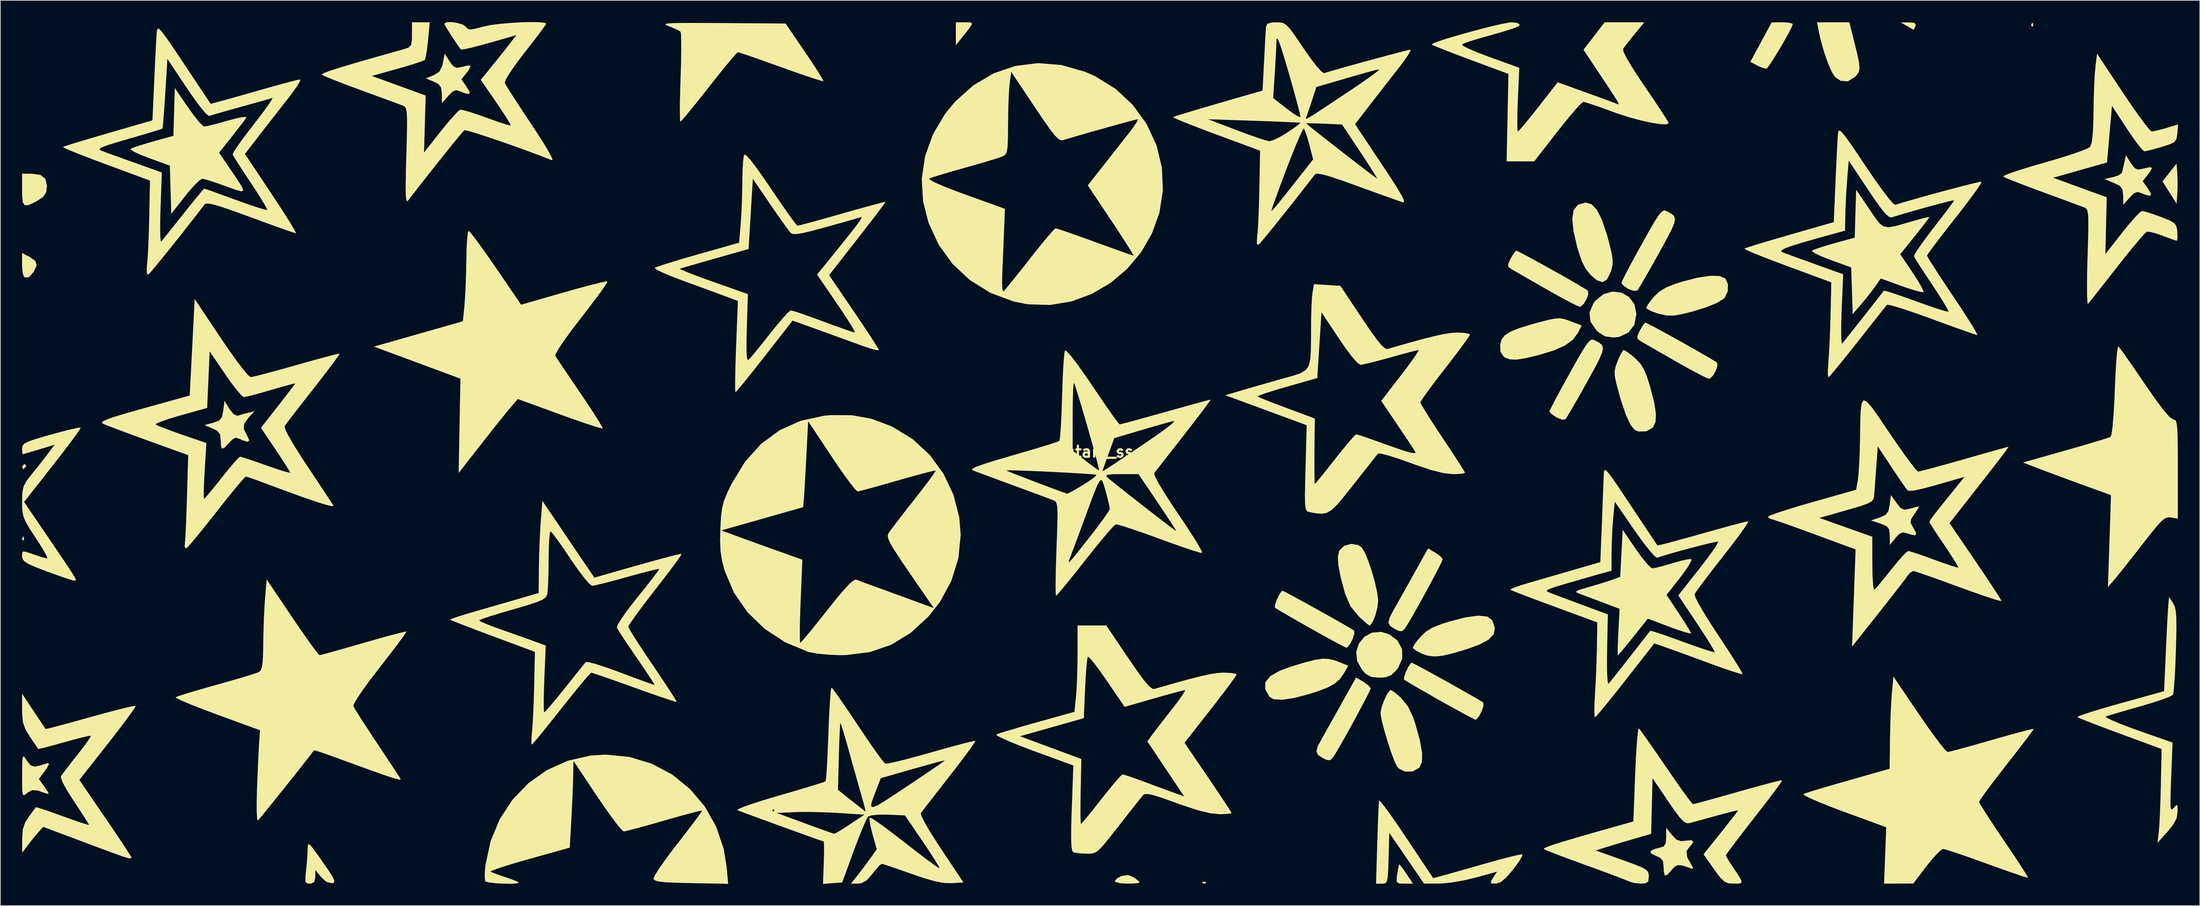
<source format=kicad_pcb>
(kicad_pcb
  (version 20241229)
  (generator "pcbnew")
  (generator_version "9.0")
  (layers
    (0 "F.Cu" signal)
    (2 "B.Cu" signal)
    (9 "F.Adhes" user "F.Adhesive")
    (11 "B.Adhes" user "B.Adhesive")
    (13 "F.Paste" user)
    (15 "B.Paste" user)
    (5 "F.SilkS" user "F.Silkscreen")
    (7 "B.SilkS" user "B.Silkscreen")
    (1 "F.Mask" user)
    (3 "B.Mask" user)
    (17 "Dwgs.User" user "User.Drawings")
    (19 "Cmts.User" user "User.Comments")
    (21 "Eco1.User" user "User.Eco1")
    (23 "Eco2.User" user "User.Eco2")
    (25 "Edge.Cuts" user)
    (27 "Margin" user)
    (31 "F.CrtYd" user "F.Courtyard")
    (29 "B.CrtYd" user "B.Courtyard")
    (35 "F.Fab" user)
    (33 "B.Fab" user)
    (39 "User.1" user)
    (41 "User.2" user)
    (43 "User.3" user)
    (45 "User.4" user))
  (footprint "stars_ss"
    (layer "F.Cu")
    (at 148.973 59.418)
    (property "Reference" "stars_ss" (at 0 0 0) (layer "F.SilkS") (effects (font (size 1.524 1.524) (thickness 0.3))))
    (attr through_hole)
    (fp_poly (pts (xy -148.739 11.785) (xy -148.698 12.192) (xy -148.739 12.242) (xy -148.943 12.195) (xy -148.968 12.014) (xy -148.842 11.731) (xy -148.739 11.785)) (stroke (width 0.01) (type solid)) (fill yes) (layer "F.SilkS"))
    (fp_poly (pts (xy 14.645 59.495) (xy 14.598 59.7) (xy 14.416 59.724) (xy 14.134 59.599) (xy 14.187 59.495) (xy 14.595 59.454) (xy 14.645 59.495)) (stroke (width 0.01) (type solid)) (fill yes) (layer "F.SilkS"))
    (fp_poly (pts (xy 128.945 -59.267) (xy 128.986 -58.859) (xy 128.945 -58.809) (xy 128.741 -58.856) (xy 128.716 -59.038) (xy 128.842 -59.32) (xy 128.945 -59.267)) (stroke (width 0.01) (type solid)) (fill yes) (layer "F.SilkS"))
    (fp_poly (pts (xy -148.399 1.927) (xy -148.453 2.059) (xy -148.761 2.387) (xy -148.816 2.403) (xy -148.964 2.137) (xy -148.968 2.059) (xy -148.704 1.729) (xy -148.604 1.716) (xy -148.399 1.927)) (stroke (width 0.01) (type solid)) (fill yes) (layer "F.SilkS"))
    (fp_poly (pts (xy 148.901 -38.448) (xy 148.945 -37.115) (xy 148.906 -35.761) (xy 148.901 -35.694) (xy 148.796 -34.317) (xy 146.86 -37.39) (xy 147.828 -38.608) (xy 148.796 -39.826) (xy 148.901 -38.448)) (stroke (width 0.01) (type solid)) (fill yes) (layer "F.SilkS"))
    (fp_poly (pts (xy -18.029 -59.378) (xy -17.712 -59.296) (xy -17.74 -59.024) (xy -18.134 -58.452) (xy -18.919 -57.469) (xy -19.128 -57.209) (xy -19.908 -56.239) (xy -19.908 -59.381) (xy -18.665 -59.381) (xy -18.029 -59.378)) (stroke (width 0.01) (type solid)) (fill yes) (layer "F.SilkS"))
    (fp_poly (pts (xy 112.553 -59.301) (xy 112.751 -59.031) (xy 112.708 -58.866) (xy 112.51 -58.423) (xy 112.461 -58.364) (xy 112.165 -58.522) (xy 111.554 -58.866) (xy 110.696 -59.357) (xy 111.801 -59.369) (xy 112.553 -59.301)) (stroke (width 0.01) (type solid)) (fill yes) (layer "F.SilkS"))
    (fp_poly (pts (xy -147.938 -26.945) (xy -147.135 -26.38) (xy -146.962 -25.745) (xy -147.381 -24.879) (xy -147.442 -24.79) (xy -148.038 -24.138) (xy -148.532 -24.097) (xy -148.739 -24.256) (xy -148.879 -24.713) (xy -148.96 -25.589) (xy -148.968 -25.981) (xy -148.968 -27.477) (xy -147.938 -26.945)) (stroke (width 0.01) (type solid)) (fill yes) (layer "F.SilkS"))
    (fp_poly (pts (xy 4.68 58.865) (xy 5.268 59.302) (xy 5.492 59.561) (xy 5.183 59.654) (xy 4.393 59.713) (xy 3.776 59.724) (xy 2.797 59.661) (xy 2.175 59.499) (xy 2.059 59.373) (xy 2.344 59.009) (xy 2.964 58.677) (xy 3.89 58.527) (xy 4.68 58.865)) (stroke (width 0.01) (type solid)) (fill yes) (layer "F.SilkS"))
    (fp_poly (pts (xy 41.571 57.259) (xy 42.029 57.878) (xy 42.345 58.344) (xy 43.258 59.724) (xy 42.074 59.724) (xy 41.308 59.688) (xy 41.012 59.446) (xy 41.034 58.797) (xy 41.088 58.437) (xy 41.233 57.585) (xy 41.343 57.093) (xy 41.359 57.057) (xy 41.571 57.259)) (stroke (width 0.01) (type solid)) (fill yes) (layer "F.SilkS"))
    (fp_poly (pts (xy -146.438 -38.274) (xy -145.753 -37.732) (xy -145.54 -36.762) (xy -145.54 -36.744) (xy -145.658 -35.838) (xy -146.103 -35.197) (xy -147.035 -34.603) (xy -147.148 -34.544) (xy -148.062 -34.124) (xy -148.605 -34.082) (xy -148.873 -34.507) (xy -148.961 -35.484) (xy -148.968 -36.212) (xy -148.968 -38.443) (xy -147.663 -38.443) (xy -146.438 -38.274)) (stroke (width 0.01) (type solid)) (fill yes) (layer "F.SilkS"))
    (fp_poly (pts (xy 72.077 -21.994) (xy 73.133 -21.392) (xy 73.87 -20.384) (xy 74.141 -19.05) (xy 73.855 -17.563) (xy 73.046 -16.486) (xy 71.787 -15.894) (xy 70.939 -15.8) (xy 69.808 -15.96) (xy 68.862 -16.564) (xy 68.622 -16.793) (xy 67.802 -17.991) (xy 67.664 -19.244) (xy 68.209 -20.524) (xy 68.486 -20.886) (xy 69.605 -21.79) (xy 70.851 -22.143) (xy 72.077 -21.994)) (stroke (width 0.01) (type solid)) (fill yes) (layer "F.SilkS"))
    (fp_poly (pts (xy 104.304 -56.476) (xy 104.704 -54.838) (xy 104.928 -53.72) (xy 104.977 -52.978) (xy 104.854 -52.47) (xy 104.559 -52.051) (xy 104.346 -51.83) (xy 103.365 -51.226) (xy 102.358 -51.298) (xy 101.62 -51.81) (xy 101.156 -52.525) (xy 100.626 -53.732) (xy 100.096 -55.248) (xy 99.63 -56.889) (xy 99.353 -58.144) (xy 99.121 -59.381) (xy 103.575 -59.381) (xy 104.304 -56.476)) (stroke (width 0.01) (type solid)) (fill yes) (layer "F.SilkS"))
    (fp_poly (pts (xy 39.953 25.235) (xy 41.134 26.117) (xy 41.753 27.289) (xy 41.779 28.607) (xy 41.182 29.929) (xy 40.987 30.179) (xy 40.256 30.887) (xy 39.453 31.186) (xy 38.615 31.235) (xy 37.539 31.139) (xy 36.788 30.747) (xy 36.243 30.179) (xy 35.551 28.933) (xy 35.432 27.674) (xy 35.795 26.521) (xy 36.55 25.596) (xy 37.605 25.019) (xy 38.872 24.912) (xy 39.953 25.235)) (stroke (width 0.01) (type solid)) (fill yes) (layer "F.SilkS"))
    (fp_poly (pts (xy 95.195 -59.327) (xy 95.706 -59.192) (xy 95.755 -59.124) (xy 95.583 -58.677) (xy 95.144 -57.827) (xy 94.532 -56.73) (xy 93.838 -55.546) (xy 93.156 -54.43) (xy 92.58 -53.541) (xy 92.202 -53.036) (xy 92.128 -52.977) (xy 91.635 -53.065) (xy 90.877 -53.398) (xy 90.86 -53.407) (xy 89.903 -53.925) (xy 91.375 -56.653) (xy 92.847 -59.38) (xy 94.306 -59.381) (xy 95.195 -59.327)) (stroke (width 0.01) (type solid)) (fill yes) (layer "F.SilkS"))
    (fp_poly (pts (xy 31.655 28.659) (xy 32.471 28.863) (xy 32.88 29.015) (xy 34.32 29.592) (xy 33.722 30.626) (xy 33.153 31.439) (xy 32.425 32.079) (xy 31.391 32.632) (xy 29.906 33.188) (xy 28.925 33.501) (xy 26.846 34.049) (xy 25.189 34.291) (xy 24.017 34.221) (xy 23.436 33.895) (xy 22.847 32.82) (xy 22.872 31.88) (xy 23.531 31.046) (xy 24.841 30.292) (xy 26.35 29.736) (xy 28.275 29.15) (xy 29.704 28.786) (xy 30.782 28.628) (xy 31.655 28.659)) (stroke (width 0.01) (type solid)) (fill yes) (layer "F.SilkS"))
    (fp_poly (pts (xy 64.341 -18.293) (xy 65.026 -18.045) (xy 66.579 -17.452) (xy 66.053 -16.434) (xy 65.357 -15.49) (xy 64.277 -14.701) (xy 62.709 -14.009) (xy 60.764 -13.41) (xy 58.946 -12.961) (xy 57.636 -12.75) (xy 56.702 -12.771) (xy 56.011 -13.016) (xy 55.816 -13.144) (xy 55.367 -13.804) (xy 55.321 -14.775) (xy 55.493 -15.482) (xy 55.922 -16.066) (xy 56.704 -16.581) (xy 57.931 -17.082) (xy 59.699 -17.624) (xy 60.655 -17.886) (xy 62.048 -18.246) (xy 62.987 -18.429) (xy 63.682 -18.442) (xy 64.341 -18.293)) (stroke (width 0.01) (type solid)) (fill yes) (layer "F.SilkS"))
    (fp_poly (pts (xy 67.948 -34.22) (xy 68.685 -33.445) (xy 69.371 -32.087) (xy 70.039 -30.105) (xy 70.358 -28.937) (xy 70.703 -27.521) (xy 70.861 -26.548) (xy 70.843 -25.802) (xy 70.662 -25.07) (xy 70.594 -24.867) (xy 70.085 -23.834) (xy 69.463 -23.455) (xy 68.671 -23.722) (xy 67.84 -24.429) (xy 67.147 -25.281) (xy 66.593 -26.372) (xy 66.084 -27.897) (xy 65.94 -28.415) (xy 65.444 -30.605) (xy 65.288 -32.248) (xy 65.476 -33.391) (xy 66.01 -34.086) (xy 66.189 -34.191) (xy 67.127 -34.455) (xy 67.948 -34.22)) (stroke (width 0.01) (type solid)) (fill yes) (layer "F.SilkS"))
    (fp_poly (pts (xy -109.131 54.41) (xy -108.661 54.992) (xy -107.899 56.053) (xy -107.471 56.664) (xy -106.572 57.967) (xy -106.036 58.818) (xy -105.819 59.319) (xy -105.876 59.57) (xy -106.146 59.669) (xy -106.928 59.467) (xy -107.643 58.811) (xy -108.44 57.836) (xy -108.453 58.78) (xy -108.589 59.489) (xy -109.067 59.72) (xy -109.199 59.724) (xy -109.619 59.67) (xy -109.805 59.393) (xy -109.804 58.726) (xy -109.717 57.922) (xy -109.588 56.619) (xy -109.509 55.388) (xy -109.498 54.948) (xy -109.479 54.447) (xy -109.38 54.248) (xy -109.131 54.41)) (stroke (width 0.01) (type solid)) (fill yes) (layer "F.SilkS"))
    (fp_poly (pts (xy 53.55 22.802) (xy 54.216 23.31) (xy 54.22 23.318) (xy 54.581 24.35) (xy 54.425 25.223) (xy 53.709 25.986) (xy 52.389 26.689) (xy 50.743 27.284) (xy 48.815 27.863) (xy 47.374 28.199) (xy 46.271 28.309) (xy 45.358 28.207) (xy 44.536 27.931) (xy 43.729 27.524) (xy 43.281 27.171) (xy 43.249 27.091) (xy 43.458 26.679) (xy 43.987 25.97) (xy 44.314 25.584) (xy 45.057 24.877) (xy 45.985 24.317) (xy 47.294 23.8) (xy 48.193 23.512) (xy 50.528 22.904) (xy 52.317 22.667) (xy 53.55 22.802)) (stroke (width 0.01) (type solid)) (fill yes) (layer "F.SilkS"))
    (fp_poly (pts (xy 36.406 31.818) (xy 37.088 32.302) (xy 37.41 32.692) (xy 37.414 32.721) (xy 37.255 33.115) (xy 36.827 33.977) (xy 36.2 35.177) (xy 35.443 36.589) (xy 34.628 38.082) (xy 33.823 39.529) (xy 33.1 40.801) (xy 32.529 41.769) (xy 32.185 42.296) (xy 31.807 42.658) (xy 31.346 42.622) (xy 30.806 42.36) (xy 30.155 41.932) (xy 29.921 41.457) (xy 30.094 40.763) (xy 30.667 39.677) (xy 30.668 39.675) (xy 31.167 38.797) (xy 31.894 37.507) (xy 32.741 35.994) (xy 33.437 34.747) (xy 35.399 31.223) (xy 36.406 31.818)) (stroke (width 0.01) (type solid)) (fill yes) (layer "F.SilkS"))
    (fp_poly (pts (xy 46.361 13.969) (xy 47.042 14.453) (xy 47.364 14.843) (xy 47.368 14.873) (xy 47.209 15.266) (xy 46.781 16.128) (xy 46.154 17.329) (xy 45.397 18.74) (xy 44.582 20.234) (xy 43.777 21.68) (xy 43.054 22.952) (xy 42.483 23.92) (xy 42.14 24.448) (xy 41.761 24.81) (xy 41.3 24.774) (xy 40.76 24.511) (xy 40.109 24.083) (xy 39.875 23.608) (xy 40.049 22.914) (xy 40.621 21.828) (xy 40.623 21.826) (xy 41.121 20.948) (xy 41.848 19.659) (xy 42.695 18.146) (xy 43.391 16.899) (xy 45.353 13.374) (xy 46.361 13.969)) (stroke (width 0.01) (type solid)) (fill yes) (layer "F.SilkS"))
    (fp_poly (pts (xy 85.662 -24.292) (xy 86.429 -23.958) (xy 86.794 -23.171) (xy 86.76 -22.176) (xy 86.351 -21.305) (xy 86.223 -21.172) (xy 85.297 -20.594) (xy 83.809 -19.985) (xy 81.876 -19.388) (xy 80.661 -19.081) (xy 79.364 -18.837) (xy 78.333 -18.841) (xy 77.191 -19.097) (xy 77.143 -19.111) (xy 76.204 -19.443) (xy 75.615 -19.765) (xy 75.514 -19.907) (xy 75.723 -20.336) (xy 76.254 -21.056) (xy 76.579 -21.441) (xy 77.322 -22.147) (xy 78.25 -22.707) (xy 79.559 -23.224) (xy 80.458 -23.512) (xy 82.593 -24.067) (xy 84.354 -24.329) (xy 85.662 -24.292)) (stroke (width 0.01) (type solid)) (fill yes) (layer "F.SilkS"))
    (fp_poly (pts (xy 35.686 12.898) (xy 36.159 13.21) (xy 36.577 13.881) (xy 37.061 15.032) (xy 37.55 16.466) (xy 37.983 17.987) (xy 38.3 19.401) (xy 38.441 20.512) (xy 38.443 20.629) (xy 38.337 21.561) (xy 38.071 22.577) (xy 37.724 23.456) (xy 37.374 23.972) (xy 37.248 24.027) (xy 36.938 23.81) (xy 36.301 23.25) (xy 35.756 22.74) (xy 34.645 21.384) (xy 33.915 19.715) (xy 33.842 19.472) (xy 33.268 17.315) (xy 32.954 15.699) (xy 32.888 14.534) (xy 33.059 13.728) (xy 33.092 13.658) (xy 33.748 13.015) (xy 34.711 12.748) (xy 35.686 12.898)) (stroke (width 0.01) (type solid)) (fill yes) (layer "F.SilkS"))
    (fp_poly (pts (xy 40.579 33.168) (xy 41.253 33.717) (xy 41.64 34.07) (xy 42.541 35.173) (xy 43.262 36.676) (xy 43.574 37.589) (xy 44.216 39.905) (xy 44.522 41.666) (xy 44.496 42.91) (xy 44.141 43.68) (xy 44.122 43.699) (xy 43.219 44.202) (xy 42.188 44.23) (xy 41.303 43.8) (xy 41.054 43.506) (xy 40.704 42.77) (xy 40.261 41.583) (xy 39.787 40.147) (xy 39.346 38.664) (xy 38.998 37.336) (xy 38.806 36.366) (xy 38.786 36.12) (xy 38.916 35.392) (xy 39.236 34.482) (xy 39.64 33.625) (xy 40.025 33.056) (xy 40.199 32.951) (xy 40.579 33.168)) (stroke (width 0.01) (type solid)) (fill yes) (layer "F.SilkS"))
    (fp_poly (pts (xy 72.783 -13.865) (xy 73.484 -13.335) (xy 73.932 -12.957) (xy 74.627 -12.26) (xy 75.152 -11.457) (xy 75.609 -10.353) (xy 76.049 -8.942) (xy 76.591 -6.842) (xy 76.837 -5.276) (xy 76.79 -4.159) (xy 76.457 -3.408) (xy 76.347 -3.285) (xy 75.492 -2.833) (xy 74.478 -2.796) (xy 73.931 -3.009) (xy 73.338 -3.722) (xy 72.696 -5.098) (xy 72.015 -7.118) (xy 71.723 -8.141) (xy 71.353 -9.532) (xy 71.164 -10.47) (xy 71.146 -11.162) (xy 71.291 -11.815) (xy 71.544 -12.517) (xy 71.937 -13.421) (xy 72.274 -13.982) (xy 72.396 -14.073) (xy 72.783 -13.865)) (stroke (width 0.01) (type solid)) (fill yes) (layer "F.SilkS"))
    (fp_poly (pts (xy -89.886 -53.982) (xy -89.373 -53.288) (xy -88.877 -53.081) (xy -88.135 -53.225) (xy -87.261 -53.429) (xy -86.977 -53.313) (xy -87.235 -52.81) (xy -87.546 -52.398) (xy -88.262 -51.489) (xy -87.528 -50.458) (xy -87.108 -49.742) (xy -87.198 -49.459) (xy -87.821 -49.593) (xy -88.347 -49.815) (xy -88.969 -50.006) (xy -89.472 -49.816) (xy -90.068 -49.215) (xy -90.938 -48.226) (xy -90.949 -49.471) (xy -91.049 -50.363) (xy -91.458 -50.873) (xy -92.055 -51.17) (xy -93.15 -51.624) (xy -92.096 -52.054) (xy -91.305 -52.548) (xy -90.895 -53.352) (xy -90.801 -53.766) (xy -90.561 -55.047) (xy -89.886 -53.982)) (stroke (width 0.01) (type solid)) (fill yes) (layer "F.SilkS"))
    (fp_poly (pts (xy -148.668 42.194) (xy -148.404 42.584) (xy -148.364 42.648) (xy -147.817 43.348) (xy -147.211 43.558) (xy -146.304 43.343) (xy -146.072 43.257) (xy -145.422 43.058) (xy -145.245 43.186) (xy -145.531 43.718) (xy -145.922 44.264) (xy -146.652 45.251) (xy -145.854 46.372) (xy -145.38 47.069) (xy -145.303 47.33) (xy -145.606 47.267) (xy -145.724 47.22) (xy -146.839 46.833) (xy -147.583 46.796) (xy -148.176 47.106) (xy -148.292 47.206) (xy -148.613 47.47) (xy -148.811 47.482) (xy -148.916 47.137) (xy -148.955 46.328) (xy -148.959 44.951) (xy -148.958 44.761) (xy -148.949 43.318) (xy -148.915 42.47) (xy -148.829 42.126) (xy -148.668 42.194)) (stroke (width 0.01) (type solid)) (fill yes) (layer "F.SilkS"))
    (fp_poly (pts (xy 25.566 19.38) (xy 26.38 19.809) (xy 27.543 20.44) (xy 28.933 21.204) (xy 30.427 22.033) (xy 31.9 22.859) (xy 33.229 23.611) (xy 34.291 24.222) (xy 34.963 24.623) (xy 35.126 24.732) (xy 35.162 25.149) (xy 34.936 25.856) (xy 34.573 26.58) (xy 34.197 27.044) (xy 34.058 27.094) (xy 33.688 26.926) (xy 32.83 26.476) (xy 31.59 25.803) (xy 30.077 24.965) (xy 29.101 24.417) (xy 27.478 23.496) (xy 26.07 22.687) (xy 24.984 22.051) (xy 24.327 21.652) (xy 24.185 21.553) (xy 24.202 21.167) (xy 24.447 20.472) (xy 24.796 19.749) (xy 25.124 19.277) (xy 25.226 19.222) (xy 25.566 19.38)) (stroke (width 0.01) (type solid)) (fill yes) (layer "F.SilkS"))
    (fp_poly (pts (xy 43.434 29.334) (xy 44.251 29.764) (xy 45.417 30.396) (xy 46.808 31.162) (xy 48.302 31.992) (xy 49.773 32.817) (xy 51.099 33.57) (xy 52.156 34.18) (xy 52.821 34.579) (xy 52.974 34.684) (xy 53.01 35.102) (xy 52.784 35.811) (xy 52.421 36.535) (xy 52.045 36.998) (xy 51.907 37.048) (xy 51.537 36.88) (xy 50.679 36.43) (xy 49.439 35.757) (xy 47.926 34.919) (xy 46.95 34.371) (xy 45.327 33.45) (xy 43.919 32.641) (xy 42.833 32.005) (xy 42.176 31.606) (xy 42.034 31.507) (xy 42.049 31.118) (xy 42.297 30.423) (xy 42.651 29.701) (xy 42.985 29.231) (xy 43.09 29.176) (xy 43.434 29.334)) (stroke (width 0.01) (type solid)) (fill yes) (layer "F.SilkS"))
    (fp_poly (pts (xy 68.225 -15.483) (xy 68.42 -15.397) (xy 69.008 -15.075) (xy 69.381 -14.754) (xy 69.521 -14.337) (xy 69.408 -13.724) (xy 69.022 -12.814) (xy 68.345 -11.51) (xy 67.355 -9.712) (xy 67.274 -9.565) (xy 66.349 -7.912) (xy 65.526 -6.47) (xy 64.866 -5.346) (xy 64.434 -4.65) (xy 64.307 -4.479) (xy 63.84 -4.454) (xy 63.109 -4.749) (xy 63.072 -4.77) (xy 62.417 -5.222) (xy 62.128 -5.56) (xy 62.128 -5.57) (xy 62.287 -5.939) (xy 62.727 -6.802) (xy 63.393 -8.053) (xy 64.23 -9.587) (xy 64.902 -10.801) (xy 65.929 -12.634) (xy 66.687 -13.941) (xy 67.236 -14.802) (xy 67.636 -15.294) (xy 67.945 -15.495) (xy 68.225 -15.483)) (stroke (width 0.01) (type solid)) (fill yes) (layer "F.SilkS"))
    (fp_poly (pts (xy 78.179 -33.331) (xy 78.374 -33.246) (xy 78.962 -32.923) (xy 79.335 -32.603) (xy 79.475 -32.186) (xy 79.362 -31.572) (xy 78.976 -30.663) (xy 78.299 -29.359) (xy 77.309 -27.56) (xy 77.228 -27.414) (xy 76.303 -25.759) (xy 75.479 -24.312) (xy 74.82 -23.182) (xy 74.387 -22.478) (xy 74.261 -22.303) (xy 73.786 -22.248) (xy 73.045 -22.509) (xy 73.025 -22.519) (xy 72.363 -22.964) (xy 72.081 -23.339) (xy 72.081 -23.344) (xy 72.241 -23.739) (xy 72.682 -24.625) (xy 73.35 -25.895) (xy 74.188 -27.442) (xy 74.856 -28.65) (xy 75.883 -30.482) (xy 76.641 -31.79) (xy 77.19 -32.651) (xy 77.59 -33.142) (xy 77.899 -33.343) (xy 78.179 -33.331)) (stroke (width 0.01) (type solid)) (fill yes) (layer "F.SilkS"))
    (fp_poly (pts (xy 142.486 -39.914) (xy 143 -39.218) (xy 143.494 -39.008) (xy 144.241 -39.152) (xy 145.115 -39.356) (xy 145.399 -39.24) (xy 145.141 -38.737) (xy 144.829 -38.325) (xy 144.114 -37.416) (xy 144.848 -36.385) (xy 145.268 -35.669) (xy 145.177 -35.386) (xy 144.555 -35.52) (xy 144.029 -35.742) (xy 143.407 -35.933) (xy 142.903 -35.743) (xy 142.307 -35.142) (xy 141.438 -34.153) (xy 141.427 -35.403) (xy 141.344 -36.249) (xy 140.988 -36.75) (xy 140.167 -37.167) (xy 140.129 -37.183) (xy 138.842 -37.712) (xy 139.987 -37.955) (xy 140.793 -38.22) (xy 141.232 -38.545) (xy 141.245 -38.578) (xy 141.398 -39.17) (xy 141.583 -39.972) (xy 141.808 -40.985) (xy 142.486 -39.914)) (stroke (width 0.01) (type solid)) (fill yes) (layer "F.SilkS"))
    (fp_poly (pts (xy -120.315 -5.914) (xy -119.733 -5.185) (xy -119.223 -4.957) (xy -119.167 -4.972) (xy -118.486 -5.187) (xy -117.786 -5.37) (xy -116.874 -5.589) (xy -117.647 -4.746) (xy -118.268 -3.908) (xy -118.346 -3.179) (xy -117.904 -2.28) (xy -117.865 -2.219) (xy -117.575 -1.58) (xy -117.805 -1.371) (xy -118.532 -1.603) (xy -118.849 -1.762) (xy -119.42 -1.949) (xy -119.92 -1.705) (xy -120.354 -1.248) (xy -121.01 -0.552) (xy -121.359 -0.438) (xy -121.492 -0.929) (xy -121.508 -1.544) (xy -121.609 -2.418) (xy -122.046 -2.928) (xy -122.624 -3.214) (xy -123.739 -3.684) (xy -122.538 -4.008) (xy -121.737 -4.305) (xy -121.348 -4.787) (xy -121.165 -5.684) (xy -120.993 -7.036) (xy -120.315 -5.914)) (stroke (width 0.01) (type solid)) (fill yes) (layer "F.SilkS"))
    (fp_poly (pts (xy 57.899 -27.643) (xy 58.733 -27.21) (xy 59.914 -26.573) (xy 61.317 -25.802) (xy 62.817 -24.967) (xy 64.29 -24.136) (xy 65.611 -23.379) (xy 66.657 -22.766) (xy 67.303 -22.367) (xy 67.437 -22.269) (xy 67.493 -21.812) (xy 67.248 -21.103) (xy 66.835 -20.422) (xy 66.389 -20.045) (xy 66.359 -20.037) (xy 65.975 -20.178) (xy 65.111 -20.605) (xy 63.883 -21.26) (xy 62.402 -22.083) (xy 61.784 -22.435) (xy 60.195 -23.345) (xy 58.779 -24.158) (xy 57.662 -24.801) (xy 56.971 -25.199) (xy 56.857 -25.266) (xy 56.458 -25.566) (xy 56.425 -25.945) (xy 56.746 -26.655) (xy 56.78 -26.721) (xy 57.199 -27.437) (xy 57.505 -27.794) (xy 57.534 -27.803) (xy 57.899 -27.643)) (stroke (width 0.01) (type solid)) (fill yes) (layer "F.SilkS"))
    (fp_poly (pts (xy 75.747 -17.689) (xy 76.582 -17.256) (xy 77.763 -16.619) (xy 79.165 -15.848) (xy 80.665 -15.013) (xy 82.138 -14.182) (xy 83.46 -13.425) (xy 84.506 -12.812) (xy 85.152 -12.413) (xy 85.286 -12.315) (xy 85.342 -11.858) (xy 85.097 -11.149) (xy 84.684 -10.467) (xy 84.238 -10.091) (xy 84.208 -10.083) (xy 83.823 -10.224) (xy 82.96 -10.651) (xy 81.731 -11.306) (xy 80.251 -12.129) (xy 79.632 -12.481) (xy 78.044 -13.391) (xy 76.627 -14.204) (xy 75.51 -14.846) (xy 74.82 -15.245) (xy 74.705 -15.312) (xy 74.306 -15.612) (xy 74.274 -15.991) (xy 74.594 -16.7) (xy 74.628 -16.767) (xy 75.048 -17.483) (xy 75.353 -17.84) (xy 75.383 -17.849) (xy 75.747 -17.689)) (stroke (width 0.01) (type solid)) (fill yes) (layer "F.SilkS"))
    (fp_poly (pts (xy 79.062 53) (xy 79.708 53.664) (xy 80.346 53.856) (xy 80.948 53.781) (xy 81.774 53.724) (xy 82.011 53.971) (xy 81.631 54.48) (xy 81.52 54.576) (xy 81.063 55.235) (xy 81.163 56.072) (xy 81.605 56.888) (xy 81.961 57.495) (xy 81.908 57.668) (xy 81.691 57.61) (xy 80.587 57.231) (xy 79.899 57.149) (xy 79.416 57.38) (xy 79.017 57.824) (xy 78.402 58.513) (xy 78.065 58.589) (xy 77.93 58.027) (xy 77.916 57.475) (xy 77.826 56.606) (xy 77.436 56.136) (xy 76.887 55.897) (xy 76.161 55.536) (xy 76.119 55.204) (xy 76.757 54.909) (xy 77.223 54.8) (xy 77.908 54.586) (xy 78.2 54.159) (xy 78.261 53.297) (xy 78.263 52.001) (xy 79.062 53)) (stroke (width 0.01) (type solid)) (fill yes) (layer "F.SilkS"))
    (fp_poly (pts (xy 110.101 7.097) (xy 110.668 7.794) (xy 111.175 8.019) (xy 111.911 7.89) (xy 111.986 7.869) (xy 112.767 7.654) (xy 113.192 7.552) (xy 113.206 7.551) (xy 113.103 7.796) (xy 112.709 8.403) (xy 112.575 8.593) (xy 112.11 9.317) (xy 112.038 9.814) (xy 112.334 10.396) (xy 112.408 10.51) (xy 112.807 11.256) (xy 112.696 11.554) (xy 112.044 11.44) (xy 111.712 11.322) (xy 111.006 11.139) (xy 110.489 11.342) (xy 109.961 11.913) (xy 109.176 12.872) (xy 109.164 11.611) (xy 109.087 10.765) (xy 108.748 10.298) (xy 107.95 9.954) (xy 107.864 9.926) (xy 106.577 9.501) (xy 107.778 9.098) (xy 108.59 8.733) (xy 108.983 8.189) (xy 109.151 7.351) (xy 109.323 6.007) (xy 110.101 7.097)) (stroke (width 0.01) (type solid)) (fill yes) (layer "F.SilkS"))
    (fp_poly (pts (xy 106.354 -33.516) (xy 107.146 -32.347) (xy 107.743 -31.572) (xy 108.301 -31.15) (xy 108.972 -31.037) (xy 109.913 -31.193) (xy 111.276 -31.575) (xy 112.326 -31.884) (xy 113.465 -32.202) (xy 114.292 -32.407) (xy 114.641 -32.458) (xy 114.643 -32.454) (xy 114.443 -32.158) (xy 113.906 -31.451) (xy 113.126 -30.457) (xy 112.625 -29.827) (xy 110.606 -27.307) (xy 112.311 -24.781) (xy 113.048 -23.641) (xy 113.581 -22.724) (xy 113.833 -22.168) (xy 113.833 -22.072) (xy 113.45 -22.1) (xy 112.583 -22.328) (xy 111.386 -22.714) (xy 110.785 -22.926) (xy 107.919 -23.963) (xy 107.164 -22.879) (xy 106.471 -21.951) (xy 105.599 -20.864) (xy 105.227 -20.423) (xy 104.046 -19.05) (xy 103.939 -22.272) (xy 103.831 -25.494) (xy 100.982 -26.528) (xy 99.752 -27.009) (xy 98.854 -27.429) (xy 98.417 -27.723) (xy 98.407 -27.801) (xy 98.846 -27.997) (xy 99.775 -28.312) (xy 101.022 -28.688) (xy 101.502 -28.824) (xy 104.322 -29.608) (xy 104.42 -32.91) (xy 104.518 -36.212) (xy 106.354 -33.516)) (stroke (width 0.01) (type solid)) (fill yes) (layer "F.SilkS"))
    (fp_poly (pts (xy -126.046 -47.625) (xy -125.212 -46.466) (xy -124.479 -45.563) (xy -123.954 -45.042) (xy -123.797 -44.965) (xy -123.283 -45.056) (xy -122.295 -45.299) (xy -121.017 -45.648) (xy -120.552 -45.781) (xy -119.281 -46.117) (xy -118.383 -46.286) (xy -117.976 -46.27) (xy -117.974 -46.21) (xy -118.284 -45.774) (xy -118.906 -44.956) (xy -119.721 -43.912) (xy -119.977 -43.589) (xy -121.749 -41.354) (xy -120.236 -39.126) (xy -119.235 -37.65) (xy -118.622 -36.683) (xy -118.417 -36.159) (xy -118.634 -36.011) (xy -119.291 -36.171) (xy -120.404 -36.572) (xy -120.836 -36.732) (xy -122.154 -37.199) (xy -123.257 -37.555) (xy -123.964 -37.742) (xy -124.086 -37.757) (xy -124.496 -37.502) (xy -125.192 -36.819) (xy -126.052 -35.834) (xy -126.453 -35.335) (xy -128.348 -32.914) (xy -128.446 -36.24) (xy -128.545 -39.567) (xy -131.394 -40.601) (xy -132.624 -41.082) (xy -133.522 -41.502) (xy -133.959 -41.796) (xy -133.968 -41.874) (xy -133.53 -42.07) (xy -132.601 -42.385) (xy -131.353 -42.761) (xy -130.873 -42.897) (xy -128.054 -43.681) (xy -127.956 -46.983) (xy -127.858 -50.285) (xy -126.046 -47.625)) (stroke (width 0.01) (type solid)) (fill yes) (layer "F.SilkS"))
    (fp_poly (pts (xy -54.966 -59.292) (xy -52.344 -59.275) (xy -52.188 -59.274) (xy -43.45 -59.209) (xy -40.776 -55.29) (xy -39.817 -53.864) (xy -39.028 -52.651) (xy -38.477 -51.758) (xy -38.229 -51.29) (xy -38.225 -51.247) (xy -38.571 -51.318) (xy -39.457 -51.591) (xy -40.776 -52.03) (xy -42.424 -52.602) (xy -44.079 -53.193) (xy -45.942 -53.86) (xy -47.578 -54.438) (xy -48.881 -54.888) (xy -49.742 -55.173) (xy -50.047 -55.258) (xy -50.325 -54.999) (xy -50.95 -54.283) (xy -51.85 -53.196) (xy -52.953 -51.827) (xy -54.037 -50.452) (xy -55.256 -48.905) (xy -56.332 -47.566) (xy -57.194 -46.519) (xy -57.77 -45.854) (xy -57.984 -45.651) (xy -58.035 -45.976) (xy -58.056 -46.877) (xy -58.047 -48.247) (xy -58.01 -49.975) (xy -57.953 -51.744) (xy -57.892 -53.724) (xy -57.864 -55.463) (xy -57.868 -56.847) (xy -57.903 -57.761) (xy -57.961 -58.085) (xy -58.408 -58.351) (xy -59.241 -58.714) (xy -59.561 -58.836) (xy -59.931 -58.989) (xy -60.066 -59.107) (xy -59.901 -59.192) (xy -59.372 -59.25) (xy -58.416 -59.283) (xy -56.968 -59.296) (xy -54.966 -59.292)) (stroke (width 0.01) (type solid)) (fill yes) (layer "F.SilkS"))
    (fp_poly (pts (xy 38.791 48.391) (xy 39.314 49.049) (xy 40.096 50.12) (xy 41.077 51.525) (xy 42.201 53.182) (xy 42.363 53.425) (xy 46.055 58.966) (xy 47.312 58.63) (xy 48.1 58.413) (xy 49.386 58.052) (xy 51.01 57.592) (xy 52.81 57.079) (xy 53.322 56.932) (xy 55.037 56.454) (xy 56.521 56.063) (xy 57.646 55.792) (xy 58.288 55.673) (xy 58.379 55.674) (xy 58.331 55.968) (xy 57.926 56.65) (xy 57.248 57.584) (xy 57.116 57.751) (xy 56.143 58.882) (xy 55.394 59.509) (xy 54.754 59.722) (xy 54.68 59.724) (xy 54.091 59.683) (xy 54.031 59.433) (xy 54.356 58.892) (xy 54.902 58.059) (xy 51.907 58.887) (xy 50.255 59.277) (xy 48.556 59.567) (xy 47.122 59.708) (xy 46.853 59.713) (xy 44.793 59.711) (xy 42.391 56.199) (xy 39.988 52.688) (xy 39.89 56.206) (xy 39.84 57.787) (xy 39.773 58.805) (xy 39.657 59.385) (xy 39.462 59.649) (xy 39.153 59.721) (xy 38.978 59.724) (xy 38.165 59.724) (xy 38.332 54.147) (xy 38.394 52.245) (xy 38.456 50.579) (xy 38.514 49.272) (xy 38.562 48.446) (xy 38.586 48.227) (xy 38.791 48.391)) (stroke (width 0.01) (type solid)) (fill yes) (layer "F.SilkS"))
    (fp_poly (pts (xy 74.065 13.472) (xy 74.902 14.632) (xy 75.644 15.535) (xy 76.182 16.056) (xy 76.346 16.132) (xy 76.894 16.036) (xy 77.882 15.783) (xy 79.097 15.427) (xy 79.104 15.425) (xy 80.296 15.087) (xy 81.242 14.875) (xy 81.741 14.833) (xy 81.746 14.835) (xy 81.707 15.134) (xy 81.307 15.839) (xy 80.623 16.823) (xy 80.202 17.376) (xy 78.305 19.799) (xy 79.998 22.342) (xy 80.752 23.498) (xy 81.333 24.433) (xy 81.654 25.005) (xy 81.691 25.105) (xy 81.395 25.089) (xy 80.6 24.864) (xy 79.446 24.473) (xy 78.707 24.202) (xy 75.721 23.078) (xy 73.699 25.612) (xy 72.817 26.706) (xy 72.108 27.562) (xy 71.672 28.064) (xy 71.583 28.146) (xy 71.56 27.828) (xy 71.573 26.975) (xy 71.619 25.736) (xy 71.658 24.932) (xy 71.826 21.718) (xy 69.465 20.825) (xy 68.168 20.336) (xy 67.019 19.907) (xy 66.261 19.629) (xy 66.25 19.625) (xy 65.847 19.442) (xy 65.863 19.273) (xy 66.38 19.058) (xy 67.452 18.744) (xy 68.788 18.355) (xy 70.053 17.96) (xy 70.708 17.739) (xy 71.909 17.308) (xy 72.081 14.06) (xy 72.253 10.812) (xy 74.065 13.472)) (stroke (width 0.01) (type solid)) (fill yes) (layer "F.SilkS"))
    (fp_poly (pts (xy 141.007 -14.258) (xy 141.586 -13.462) (xy 142.414 -12.285) (xy 143.422 -10.823) (xy 144.36 -9.444) (xy 145.844 -7.304) (xy 146.998 -5.761) (xy 147.822 -4.816) (xy 148.319 -4.465) (xy 148.348 -4.462) (xy 148.559 -4.42) (xy 148.716 -4.234) (xy 148.827 -3.818) (xy 148.9 -3.082) (xy 148.942 -1.94) (xy 148.962 -0.303) (xy 148.967 1.917) (xy 148.968 2.394) (xy 148.968 9.25) (xy 148.024 9.084) (xy 147.616 9.062) (xy 147.213 9.201) (xy 146.729 9.58) (xy 146.08 10.28) (xy 145.182 11.38) (xy 144.085 12.783) (xy 142.923 14.274) (xy 141.834 15.657) (xy 140.925 16.798) (xy 140.301 17.562) (xy 140.203 17.677) (xy 139.317 18.707) (xy 139.531 12.352) (xy 139.746 5.998) (xy 136.035 4.652) (xy 134.245 3.998) (xy 132.404 3.318) (xy 130.776 2.709) (xy 129.959 2.398) (xy 127.593 1.489) (xy 133.472 -0.178) (xy 135.392 -0.728) (xy 137.088 -1.226) (xy 138.448 -1.638) (xy 139.359 -1.929) (xy 139.697 -2.058) (xy 139.825 -2.46) (xy 139.956 -3.448) (xy 140.082 -4.921) (xy 140.194 -6.779) (xy 140.268 -8.502) (xy 140.353 -10.472) (xy 140.451 -12.168) (xy 140.554 -13.487) (xy 140.655 -14.325) (xy 140.742 -14.58) (xy 141.007 -14.258)) (stroke (width 0.01) (type solid)) (fill yes) (layer "F.SilkS"))
    (fp_poly (pts (xy -86.982 -30.279) (xy -86.394 -29.529) (xy -85.556 -28.389) (xy -84.535 -26.949) (xy -83.491 -25.439) (xy -80.002 -20.329) (xy -74.114 -22.024) (xy -72.214 -22.56) (xy -70.55 -23.008) (xy -69.23 -23.34) (xy -68.364 -23.528) (xy -68.061 -23.554) (xy -68.209 -23.244) (xy -68.721 -22.487) (xy -69.533 -21.37) (xy -70.581 -19.981) (xy -71.706 -18.529) (xy -72.96 -16.895) (xy -74.001 -15.465) (xy -74.772 -14.324) (xy -75.213 -13.559) (xy -75.289 -13.271) (xy -75.027 -12.865) (xy -74.447 -11.996) (xy -73.618 -10.767) (xy -72.611 -9.281) (xy -71.824 -8.125) (xy -70.762 -6.546) (xy -69.865 -5.172) (xy -69.193 -4.097) (xy -68.806 -3.418) (xy -68.74 -3.227) (xy -69.095 -3.29) (xy -69.988 -3.559) (xy -71.314 -3.998) (xy -72.967 -4.572) (xy -74.671 -5.185) (xy -80.451 -7.294) (xy -81.329 -6.293) (xy -81.852 -5.666) (xy -82.695 -4.624) (xy -83.758 -3.293) (xy -84.938 -1.797) (xy -85.417 -1.187) (xy -88.627 2.918) (xy -88.385 -10.109) (xy -94.355 -12.324) (xy -100.324 -14.539) (xy -94.183 -16.29) (xy -88.042 -18.04) (xy -87.825 -20.261) (xy -87.731 -21.545) (xy -87.649 -23.262) (xy -87.59 -25.159) (xy -87.567 -26.516) (xy -87.53 -28.088) (xy -87.458 -29.373) (xy -87.362 -30.238) (xy -87.254 -30.549) (xy -86.982 -30.279)) (stroke (width 0.01) (type solid)) (fill yes) (layer "F.SilkS"))
    (fp_poly (pts (xy -140.87 -3.344) (xy -141.028 -3.044) (xy -141.55 -2.293) (xy -142.373 -1.177) (xy -143.434 0.22) (xy -144.669 1.811) (xy -144.714 1.869) (xy -148.697 6.944) (xy -145.286 11.967) (xy -143.947 13.938) (xy -142.952 15.411) (xy -142.256 16.459) (xy -141.817 17.152) (xy -141.594 17.562) (xy -141.544 17.761) (xy -141.625 17.82) (xy -141.794 17.81) (xy -141.825 17.807) (xy -142.32 17.676) (xy -143.299 17.353) (xy -144.603 16.893) (xy -145.618 16.52) (xy -147.145 15.932) (xy -148.131 15.489) (xy -148.688 15.125) (xy -148.927 14.772) (xy -148.964 14.502) (xy -148.957 14.003) (xy -148.821 13.794) (xy -148.394 13.853) (xy -147.511 14.153) (xy -147.251 14.245) (xy -146.303 14.557) (xy -145.625 14.74) (xy -145.486 14.759) (xy -145.533 14.497) (xy -145.905 13.79) (xy -146.534 12.758) (xy -147.074 11.931) (xy -147.947 10.6) (xy -148.501 9.638) (xy -148.807 8.854) (xy -148.938 8.055) (xy -148.967 7.046) (xy -148.968 6.916) (xy -148.932 5.656) (xy -148.756 4.787) (xy -148.338 4.013) (xy -147.657 3.137) (xy -146.738 2) (xy -145.829 0.841) (xy -145.404 0.282) (xy -144.462 -0.98) (xy -146.629 -0.321) (xy -147.741 0.014) (xy -148.553 0.252) (xy -148.882 0.341) (xy -148.948 0.05) (xy -148.968 -0.455) (xy -148.912 -0.809) (xy -148.675 -1.103) (xy -148.145 -1.389) (xy -147.214 -1.719) (xy -145.773 -2.146) (xy -144.988 -2.368) (xy -143.439 -2.787) (xy -142.148 -3.111) (xy -141.248 -3.308) (xy -140.871 -3.345) (xy -140.87 -3.344)) (stroke (width 0.01) (type solid)) (fill yes) (layer "F.SilkS"))
    (fp_poly (pts (xy 148.321 20.951) (xy 148.529 21.363) (xy 148.669 21.924) (xy 148.75 22.745) (xy 148.776 23.936) (xy 148.755 25.608) (xy 148.703 27.52) (xy 148.632 29.448) (xy 148.545 31.145) (xy 148.451 32.488) (xy 148.358 33.354) (xy 148.297 33.611) (xy 147.895 33.842) (xy 146.963 34.203) (xy 145.633 34.649) (xy 144.039 35.13) (xy 143.797 35.2) (xy 142.146 35.672) (xy 140.707 36.089) (xy 139.625 36.409) (xy 139.043 36.59) (xy 139.014 36.601) (xy 139.136 36.771) (xy 139.812 37.118) (xy 140.944 37.598) (xy 142.435 38.168) (xy 143.37 38.504) (xy 148.241 40.219) (xy 148.049 45.081) (xy 147.98 46.982) (xy 147.951 48.285) (xy 147.971 49.077) (xy 148.047 49.446) (xy 148.186 49.479) (xy 148.396 49.263) (xy 148.402 49.255) (xy 148.764 48.846) (xy 148.914 48.936) (xy 148.946 49.61) (xy 148.946 49.77) (xy 148.806 50.68) (xy 148.312 51.599) (xy 147.562 52.516) (xy 146.177 54.061) (xy 146.355 52.516) (xy 146.427 51.603) (xy 146.501 50.18) (xy 146.569 48.426) (xy 146.624 46.517) (xy 146.634 46.037) (xy 146.736 41.102) (xy 141.008 38.993) (xy 139.15 38.302) (xy 137.521 37.684) (xy 136.229 37.181) (xy 135.381 36.834) (xy 135.088 36.691) (xy 135.339 36.544) (xy 136.154 36.25) (xy 137.434 35.841) (xy 139.079 35.349) (xy 140.988 34.806) (xy 147.08 33.114) (xy 147.326 27.627) (xy 147.417 25.674) (xy 147.505 23.893) (xy 147.584 22.427) (xy 147.645 21.422) (xy 147.669 21.118) (xy 147.766 20.098) (xy 148.321 20.951)) (stroke (width 0.01) (type solid)) (fill yes) (layer "F.SilkS"))
    (fp_poly (pts (xy 113.203 36.313) (xy 114.347 37.97) (xy 115.383 39.409) (xy 116.241 40.541) (xy 116.855 41.276) (xy 117.15 41.524) (xy 117.601 41.43) (xy 118.594 41.173) (xy 120.015 40.786) (xy 121.747 40.299) (xy 123.31 39.85) (xy 125.173 39.318) (xy 126.784 38.874) (xy 128.038 38.545) (xy 128.829 38.358) (xy 129.059 38.333) (xy 128.858 38.638) (xy 128.299 39.393) (xy 127.449 40.508) (xy 126.376 41.896) (xy 125.284 43.295) (xy 124.067 44.862) (xy 123.013 46.252) (xy 122.19 47.371) (xy 121.667 48.127) (xy 121.508 48.418) (xy 121.693 48.79) (xy 122.205 49.629) (xy 122.984 50.84) (xy 123.965 52.324) (xy 124.941 53.769) (xy 126.04 55.395) (xy 126.981 56.814) (xy 127.707 57.934) (xy 128.156 58.662) (xy 128.274 58.908) (xy 127.936 58.828) (xy 127.06 58.546) (xy 125.752 58.098) (xy 124.118 57.519) (xy 122.581 56.963) (xy 120.723 56.293) (xy 119.071 55.716) (xy 117.741 55.269) (xy 116.847 54.992) (xy 116.523 54.919) (xy 116.117 55.176) (xy 115.433 55.864) (xy 114.592 56.854) (xy 114.235 57.31) (xy 112.412 59.701) (xy 110.395 59.713) (xy 108.378 59.724) (xy 108.528 55.826) (xy 108.677 51.928) (xy 102.737 49.747) (xy 100.892 49.05) (xy 99.327 48.42) (xy 98.132 47.898) (xy 97.4 47.523) (xy 97.222 47.336) (xy 97.225 47.334) (xy 97.683 47.169) (xy 98.685 46.853) (xy 100.115 46.423) (xy 101.855 45.915) (xy 103.402 45.471) (xy 109.151 43.839) (xy 109.194 39.854) (xy 109.232 37.966) (xy 109.299 36.046) (xy 109.386 34.362) (xy 109.451 33.481) (xy 109.666 31.094) (xy 113.203 36.313)) (stroke (width 0.01) (type solid)) (fill yes) (layer "F.SilkS"))
    (fp_poly (pts (xy -65.014 42.209) (xy -61.937 43.145) (xy -59.14 44.633) (xy -56.684 46.614) (xy -54.633 49.031) (xy -53.051 51.824) (xy -52.001 54.935) (xy -51.61 57.34) (xy -51.386 59.743) (xy -56.495 59.648) (xy -58.519 59.599) (xy -59.953 59.534) (xy -60.891 59.44) (xy -61.43 59.308) (xy -61.665 59.124) (xy -61.694 59.038) (xy -61.522 58.606) (xy -60.987 57.743) (xy -60.16 56.55) (xy -59.11 55.13) (xy -58.326 54.115) (xy -57.176 52.634) (xy -56.201 51.354) (xy -55.47 50.364) (xy -55.051 49.757) (xy -54.979 49.609) (xy -55.329 49.666) (xy -56.223 49.887) (xy -57.546 50.242) (xy -59.183 50.7) (xy -60.239 51.003) (xy -62.038 51.518) (xy -63.619 51.957) (xy -64.858 52.288) (xy -65.631 52.476) (xy -65.813 52.506) (xy -66.135 52.237) (xy -66.759 51.485) (xy -67.616 50.344) (xy -68.633 48.907) (xy -69.503 47.627) (xy -72.768 42.737) (xy -72.811 44.967) (xy -72.851 46.287) (xy -72.921 48.022) (xy -73.011 49.898) (xy -73.069 50.97) (xy -73.282 54.743) (xy -78.922 56.317) (xy -80.744 56.841) (xy -82.283 57.312) (xy -83.441 57.698) (xy -84.117 57.966) (xy -84.242 58.076) (xy -83.757 58.279) (xy -82.85 58.604) (xy -82.121 58.848) (xy -81.133 59.194) (xy -80.479 59.469) (xy -80.319 59.58) (xy -80.624 59.691) (xy -81.399 59.736) (xy -82.427 59.724) (xy -83.497 59.662) (xy -84.394 59.561) (xy -84.904 59.428) (xy -84.946 59.392) (xy -85.024 58.886) (xy -85.002 57.948) (xy -84.937 57.247) (xy -84.226 53.889) (xy -82.961 50.833) (xy -81.201 48.134) (xy -79.005 45.848) (xy -76.432 44.029) (xy -73.544 42.733) (xy -70.398 42.015) (xy -68.305 41.884) (xy -65.014 42.209)) (stroke (width 0.01) (type solid)) (fill yes) (layer "F.SilkS"))
    (fp_poly (pts (xy -147.373 35.873) (xy -146.64 36.975) (xy -146.071 37.83) (xy -145.757 38.299) (xy -145.725 38.347) (xy -145.394 38.283) (xy -144.506 38.059) (xy -143.167 37.702) (xy -141.478 37.241) (xy -139.551 36.705) (xy -137.611 36.17) (xy -135.907 35.72) (xy -134.546 35.381) (xy -133.634 35.179) (xy -133.278 35.14) (xy -133.431 35.445) (xy -133.949 36.199) (xy -134.769 37.318) (xy -135.828 38.715) (xy -137.063 40.303) (xy -137.093 40.341) (xy -141.062 45.387) (xy -137.463 50.644) (xy -136.327 52.314) (xy -135.339 53.786) (xy -134.558 54.969) (xy -134.047 55.77) (xy -133.865 56.097) (xy -133.897 56.203) (xy -134.05 56.234) (xy -134.406 56.162) (xy -135.048 55.962) (xy -136.059 55.606) (xy -137.522 55.068) (xy -139.52 54.321) (xy -140.215 54.06) (xy -146.05 51.869) (xy -146.736 52.628) (xy -147.433 53.449) (xy -148.165 54.384) (xy -148.184 54.41) (xy -148.946 55.434) (xy -148.957 53.578) (xy -148.876 52.258) (xy -148.548 51.264) (xy -148.051 50.489) (xy -147.485 49.727) (xy -147.125 49.239) (xy -147.069 49.16) (xy -146.742 49.233) (xy -145.903 49.504) (xy -144.682 49.927) (xy -143.352 50.408) (xy -141.907 50.927) (xy -140.731 51.327) (xy -139.954 51.565) (xy -139.7 51.605) (xy -139.88 51.279) (xy -140.367 50.507) (xy -141.082 49.414) (xy -141.774 48.375) (xy -142.692 46.939) (xy -143.317 45.806) (xy -143.601 45.072) (xy -143.593 44.87) (xy -143.277 44.428) (xy -142.642 43.594) (xy -141.8 42.512) (xy -141.332 41.92) (xy -140.478 40.815) (xy -139.832 39.926) (xy -139.483 39.378) (xy -139.45 39.266) (xy -139.809 39.304) (xy -140.686 39.503) (xy -141.941 39.828) (xy -143.132 40.159) (xy -144.581 40.565) (xy -145.756 40.879) (xy -146.521 41.065) (xy -146.744 41.097) (xy -146.949 40.793) (xy -147.422 40.092) (xy -147.882 39.411) (xy -148.515 38.366) (xy -148.843 37.431) (xy -148.959 36.28) (xy -148.968 35.639) (xy -148.968 33.474) (xy -147.373 35.873)) (stroke (width 0.01) (type solid)) (fill yes) (layer "F.SilkS"))
    (fp_poly (pts (xy -111.634 22.911) (xy -110.504 24.57) (xy -109.497 26.012) (xy -108.677 27.146) (xy -108.108 27.885) (xy -107.859 28.138) (xy -107.462 28.044) (xy -106.518 27.788) (xy -105.137 27.402) (xy -103.429 26.916) (xy -101.78 26.441) (xy -99.895 25.903) (xy -98.251 25.447) (xy -96.957 25.104) (xy -96.119 24.901) (xy -95.846 24.861) (xy -96.012 25.152) (xy -96.54 25.893) (xy -97.365 26.998) (xy -98.422 28.379) (xy -99.557 29.837) (xy -100.862 31.539) (xy -101.928 33.007) (xy -102.701 34.16) (xy -103.129 34.922) (xy -103.191 35.184) (xy -102.945 35.623) (xy -102.385 36.522) (xy -101.581 37.773) (xy -100.603 39.266) (xy -99.963 40.229) (xy -98.911 41.81) (xy -97.984 43.209) (xy -97.253 44.316) (xy -96.791 45.024) (xy -96.671 45.213) (xy -96.662 45.318) (xy -96.846 45.33) (xy -97.289 45.229) (xy -98.055 44.993) (xy -99.206 44.601) (xy -100.807 44.033) (xy -102.922 43.267) (xy -105.615 42.282) (xy -105.693 42.254) (xy -106.974 41.795) (xy -107.976 41.455) (xy -108.552 41.285) (xy -108.634 41.277) (xy -108.923 41.675) (xy -109.546 42.482) (xy -110.418 43.593) (xy -111.453 44.902) (xy -112.569 46.304) (xy -113.68 47.691) (xy -114.702 48.959) (xy -115.55 50.002) (xy -116.14 50.714) (xy -116.386 50.988) (xy -116.477 50.733) (xy -116.531 49.914) (xy -116.544 48.653) (xy -116.512 47.071) (xy -116.502 46.774) (xy -116.429 44.892) (xy -116.35 43.059) (xy -116.274 41.491) (xy -116.215 40.449) (xy -116.087 38.507) (xy -122.041 36.33) (xy -123.902 35.634) (xy -125.5 35.008) (xy -126.739 34.492) (xy -127.522 34.126) (xy -127.755 33.949) (xy -127.754 33.949) (xy -127.358 33.792) (xy -126.416 33.49) (xy -125.046 33.078) (xy -123.367 32.593) (xy -122.195 32.263) (xy -120.344 31.74) (xy -118.696 31.259) (xy -117.377 30.858) (xy -116.517 30.577) (xy -116.274 30.481) (xy -116.006 30.259) (xy -115.827 29.827) (xy -115.717 29.062) (xy -115.657 27.84) (xy -115.63 26.332) (xy -115.592 24.459) (xy -115.522 22.545) (xy -115.432 20.868) (xy -115.373 20.08) (xy -115.158 17.677) (xy -111.634 22.911)) (stroke (width 0.01) (type solid)) (fill yes) (layer "F.SilkS"))
    (fp_poly (pts (xy 73.888 -57.751) (xy 73.13 -56.813) (xy 72.54 -56.048) (xy 72.289 -55.688) (xy 72.385 -55.243) (xy 72.86 -54.31) (xy 73.682 -52.947) (xy 74.814 -51.215) (xy 75.32 -50.471) (xy 76.404 -48.878) (xy 77.337 -47.48) (xy 78.055 -46.377) (xy 78.495 -45.666) (xy 78.603 -45.448) (xy 78.298 -45.279) (xy 77.469 -45.302) (xy 76.242 -45.492) (xy 74.744 -45.823) (xy 73.1 -46.27) (xy 71.437 -46.806) (xy 70.859 -47.016) (xy 69.363 -47.565) (xy 68.089 -48.008) (xy 67.182 -48.297) (xy 66.8 -48.384) (xy 66.466 -48.122) (xy 65.8 -47.407) (xy 64.883 -46.336) (xy 63.799 -45.002) (xy 63.219 -44.265) (xy 60.021 -40.159) (xy 56.212 -40.159) (xy 56.464 -52.249) (xy 51.253 -54.184) (xy 49.484 -54.849) (xy 47.948 -55.44) (xy 46.759 -55.913) (xy 46.027 -56.223) (xy 45.851 -56.316) (xy 46.077 -56.479) (xy 46.843 -56.768) (xy 48.02 -57.148) (xy 49.48 -57.583) (xy 51.095 -58.038) (xy 52.738 -58.477) (xy 54.281 -58.865) (xy 55.595 -59.167) (xy 56.552 -59.347) (xy 56.916 -59.381) (xy 57.666 -59.294) (xy 58.006 -59.081) (xy 58.008 -59.062) (xy 57.94 -58.919) (xy 57.677 -58.755) (xy 57.13 -58.541) (xy 56.21 -58.245) (xy 54.829 -57.839) (xy 52.899 -57.292) (xy 52.259 -57.112) (xy 51.157 -56.776) (xy 50.33 -56.474) (xy 50.015 -56.31) (xy 50.214 -56.108) (xy 50.951 -55.734) (xy 52.113 -55.238) (xy 53.589 -54.671) (xy 53.849 -54.576) (xy 57.953 -53.091) (xy 57.757 -48.685) (xy 57.698 -47.037) (xy 57.676 -45.67) (xy 57.692 -44.711) (xy 57.744 -44.288) (xy 57.757 -44.278) (xy 58.03 -44.533) (xy 58.635 -45.23) (xy 59.486 -46.264) (xy 60.495 -47.534) (xy 60.61 -47.681) (xy 63.268 -51.083) (xy 66.902 -49.772) (xy 68.435 -49.216) (xy 69.783 -48.724) (xy 70.781 -48.356) (xy 71.222 -48.188) (xy 71.492 -48.074) (xy 71.665 -48.026) (xy 71.699 -48.118) (xy 71.552 -48.427) (xy 71.184 -49.028) (xy 70.552 -49.997) (xy 69.616 -51.409) (xy 68.714 -52.767) (xy 66.838 -55.592) (xy 68.3 -57.486) (xy 69.762 -59.381) (xy 75.234 -59.381) (xy 73.888 -57.751)) (stroke (width 0.01) (type solid)) (fill yes) (layer "F.SilkS"))
    (fp_poly (pts (xy 141.38 -49.657) (xy 142.522 -47.968) (xy 143.556 -46.496) (xy 144.417 -45.331) (xy 145.039 -44.562) (xy 145.356 -44.278) (xy 145.359 -44.278) (xy 145.911 -44.372) (xy 146.847 -44.609) (xy 147.387 -44.765) (xy 149.006 -45.252) (xy 148.901 -44.012) (xy 148.805 -43.321) (xy 148.556 -42.885) (xy 147.994 -42.565) (xy 146.956 -42.222) (xy 146.736 -42.156) (xy 145.602 -41.833) (xy 144.722 -41.611) (xy 144.334 -41.542) (xy 144.018 -41.814) (xy 143.426 -42.547) (xy 142.649 -43.626) (xy 141.931 -44.693) (xy 139.872 -47.843) (xy 139.528 -43.925) (xy 139.185 -40.006) (xy 135.46 -38.948) (xy 131.735 -37.889) (xy 139.145 -35.182) (xy 139.051 -31.248) (xy 138.958 -27.314) (xy 141.296 -30.305) (xy 142.274 -31.511) (xy 143.126 -32.484) (xy 143.752 -33.113) (xy 144.028 -33.295) (xy 144.532 -33.181) (xy 145.47 -32.882) (xy 146.609 -32.475) (xy 147.772 -32.016) (xy 148.438 -31.647) (xy 148.757 -31.231) (xy 148.882 -30.633) (xy 148.902 -30.415) (xy 148.928 -29.608) (xy 148.856 -29.191) (xy 148.829 -29.176) (xy 148.436 -29.292) (xy 147.611 -29.591) (xy 146.867 -29.878) (xy 145.812 -30.241) (xy 144.987 -30.428) (xy 144.674 -30.423) (xy 144.338 -30.113) (xy 143.66 -29.348) (xy 142.717 -28.222) (xy 141.586 -26.825) (xy 140.552 -25.516) (xy 139.329 -23.952) (xy 138.243 -22.568) (xy 137.369 -21.458) (xy 136.781 -20.717) (xy 136.563 -20.449) (xy 136.488 -20.674) (xy 136.443 -21.488) (xy 136.427 -22.792) (xy 136.442 -24.491) (xy 136.49 -26.485) (xy 136.5 -26.828) (xy 136.571 -29.131) (xy 136.61 -30.842) (xy 136.612 -32.053) (xy 136.571 -32.856) (xy 136.48 -33.345) (xy 136.334 -33.614) (xy 136.128 -33.754) (xy 136.063 -33.781) (xy 135.526 -33.984) (xy 134.471 -34.375) (xy 133.026 -34.907) (xy 131.317 -35.535) (xy 130.261 -35.921) (xy 128.494 -36.577) (xy 126.956 -37.166) (xy 125.761 -37.643) (xy 125.025 -37.961) (xy 124.852 -38.058) (xy 125.08 -38.226) (xy 125.872 -38.539) (xy 127.129 -38.962) (xy 128.753 -39.462) (xy 130.515 -39.971) (xy 132.453 -40.535) (xy 134.174 -41.079) (xy 135.563 -41.561) (xy 136.504 -41.943) (xy 136.868 -42.161) (xy 137.089 -42.807) (xy 137.239 -44.116) (xy 137.319 -46.096) (xy 137.331 -47.004) (xy 137.363 -48.864) (xy 137.424 -50.668) (xy 137.505 -52.198) (xy 137.589 -53.175) (xy 137.812 -55.036) (xy 141.38 -49.657)) (stroke (width 0.01) (type solid)) (fill yes) (layer "F.SilkS"))
    (fp_poly (pts (xy 74.481 38.27) (xy 74.746 38.591) (xy 75.328 39.39) (xy 76.161 40.571) (xy 77.179 42.042) (xy 78.231 43.583) (xy 79.359 45.228) (xy 80.362 46.656) (xy 81.175 47.777) (xy 81.734 48.501) (xy 81.968 48.741) (xy 82.36 48.65) (xy 83.302 48.4) (xy 84.685 48.02) (xy 86.4 47.539) (xy 88.192 47.031) (xy 90.105 46.491) (xy 91.778 46.035) (xy 93.103 45.688) (xy 93.976 45.479) (xy 94.288 45.433) (xy 94.123 45.725) (xy 93.594 46.469) (xy 92.767 47.58) (xy 91.705 48.971) (xy 90.471 50.557) (xy 90.449 50.586) (xy 89.205 52.182) (xy 88.122 53.59) (xy 87.265 54.722) (xy 86.702 55.492) (xy 86.497 55.81) (xy 86.497 55.811) (xy 86.674 56.178) (xy 87.125 56.912) (xy 87.469 57.431) (xy 88.233 58.57) (xy 88.628 59.251) (xy 88.661 59.593) (xy 88.339 59.711) (xy 87.67 59.724) (xy 87.615 59.724) (xy 86.89 59.679) (xy 86.337 59.459) (xy 85.789 58.942) (xy 85.077 58.003) (xy 84.858 57.696) (xy 83.428 55.667) (xy 85.821 52.676) (xy 86.778 51.471) (xy 87.553 50.48) (xy 88.059 49.815) (xy 88.214 49.588) (xy 87.908 49.631) (xy 87.088 49.825) (xy 85.902 50.136) (xy 85.21 50.325) (xy 83.779 50.721) (xy 82.529 51.065) (xy 81.661 51.3) (xy 81.463 51.353) (xy 81.082 51.361) (xy 80.664 51.122) (xy 80.126 50.549) (xy 79.382 49.553) (xy 78.546 48.341) (xy 76.372 45.136) (xy 76.275 48.987) (xy 76.178 52.837) (xy 73.7 53.555) (xy 72.258 53.978) (xy 70.875 54.393) (xy 69.866 54.705) (xy 68.508 55.137) (xy 72.182 56.446) (xy 73.77 57.021) (xy 74.819 57.443) (xy 75.442 57.78) (xy 75.748 58.102) (xy 75.848 58.478) (xy 75.857 58.74) (xy 75.778 59.418) (xy 75.399 59.68) (xy 74.741 59.714) (xy 73.796 59.62) (xy 73.111 59.412) (xy 72.628 59.203) (xy 71.617 58.809) (xy 70.196 58.274) (xy 68.485 57.643) (xy 67.104 57.143) (xy 65.277 56.477) (xy 63.676 55.879) (xy 62.412 55.392) (xy 61.599 55.058) (xy 61.35 54.934) (xy 61.421 54.822) (xy 61.841 54.629) (xy 62.658 54.341) (xy 63.92 53.943) (xy 65.676 53.419) (xy 67.972 52.755) (xy 70.858 51.936) (xy 72.647 51.433) (xy 73.728 51.13) (xy 73.978 44.622) (xy 74.068 42.606) (xy 74.171 40.861) (xy 74.278 39.488) (xy 74.382 38.59) (xy 74.474 38.268) (xy 74.481 38.27)) (stroke (width 0.01) (type solid)) (fill yes) (layer "F.SilkS"))
    (fp_poly (pts (xy -34.313 -5.049) (xy -31.667 -4.579) (xy -29.006 -3.593) (xy -28.626 -3.416) (xy -25.871 -1.732) (xy -23.517 0.453) (xy -21.622 3.05) (xy -20.244 5.965) (xy -19.44 9.106) (xy -19.25 11.499) (xy -19.568 14.723) (xy -20.533 17.84) (xy -22.103 20.747) (xy -23.697 22.775) (xy -26.171 25.054) (xy -28.857 26.689) (xy -31.805 27.701) (xy -35.067 28.112) (xy -35.944 28.123) (xy -37.512 28.061) (xy -38.994 27.919) (xy -40.124 27.722) (xy -40.331 27.665) (xy -43.542 26.32) (xy -46.357 24.473) (xy -48.719 22.18) (xy -50.57 19.498) (xy -51.851 16.484) (xy -51.873 16.412) (xy -52.241 15.014) (xy -52.44 13.687) (xy -52.496 12.161) (xy -52.464 10.875) (xy -52.331 10.875) (xy -50.45 11.576) (xy -49.329 11.989) (xy -47.79 12.548) (xy -46.065 13.169) (xy -44.851 13.604) (xy -41.134 14.931) (xy -41.372 20.68) (xy -41.441 22.579) (xy -41.479 24.214) (xy -41.487 25.472) (xy -41.463 26.241) (xy -41.423 26.43) (xy -41.159 26.173) (xy -40.548 25.464) (xy -39.665 24.391) (xy -38.582 23.044) (xy -37.72 21.954) (xy -36.299 20.176) (xy -35.225 18.913) (xy -34.452 18.115) (xy -33.935 17.733) (xy -33.664 17.698) (xy -33.041 17.938) (xy -32.047 18.306) (xy -31.407 18.538) (xy -30.324 18.931) (xy -28.839 19.472) (xy -27.191 20.074) (xy -26.323 20.392) (xy -22.956 21.627) (xy -26.29 16.772) (xy -27.514 14.975) (xy -28.383 13.647) (xy -28.944 12.704) (xy -29.243 12.057) (xy -29.326 11.619) (xy -29.24 11.304) (xy -29.215 11.262) (xy -28.861 10.766) (xy -28.169 9.848) (xy -27.226 8.624) (xy -26.122 7.211) (xy -25.688 6.661) (xy -24.599 5.265) (xy -23.694 4.07) (xy -23.043 3.173) (xy -22.719 2.671) (xy -22.698 2.6) (xy -23.054 2.652) (xy -23.953 2.868) (xy -25.28 3.22) (xy -26.919 3.676) (xy -27.974 3.979) (xy -29.769 4.493) (xy -31.341 4.932) (xy -32.568 5.263) (xy -33.328 5.451) (xy -33.503 5.482) (xy -33.809 5.213) (xy -34.417 4.46) (xy -35.259 3.319) (xy -36.263 1.881) (xy -37.107 0.628) (xy -40.331 -4.235) (xy -40.579 0.543) (xy -40.677 2.392) (xy -40.772 4.092) (xy -40.854 5.474) (xy -40.913 6.374) (xy -40.922 6.49) (xy -41.018 7.66) (xy -46.674 9.268) (xy -52.331 10.875) (xy -52.464 10.875) (xy -52.459 10.66) (xy -52.373 9.024) (xy -52.226 7.816) (xy -51.955 6.78) (xy -51.494 5.657) (xy -50.892 4.415) (xy -49.049 1.386) (xy -46.829 -1.083) (xy -44.254 -2.977) (xy -41.346 -4.28) (xy -38.129 -4.977) (xy -37.228 -5.058) (xy -34.313 -5.049)) (stroke (width 0.01) (type solid)) (fill yes) (layer "F.SilkS"))
    (fp_poly (pts (xy -5.331 -53.475) (xy -2.103 -52.555) (xy -0.686 -51.935) (xy 2.143 -50.188) (xy 4.545 -47.951) (xy 6.46 -45.307) (xy 7.827 -42.338) (xy 8.564 -39.274) (xy 8.692 -36.087) (xy 8.211 -33.036) (xy 7.183 -30.179) (xy 5.672 -27.573) (xy 3.742 -25.274) (xy 1.456 -23.341) (xy -1.123 -21.829) (xy -3.932 -20.796) (xy -6.906 -20.299) (xy -9.983 -20.395) (xy -11.975 -20.794) (xy -15.153 -21.989) (xy -17.969 -23.737) (xy -20.368 -25.977) (xy -22.293 -28.646) (xy -23.689 -31.684) (xy -24.432 -34.582) (xy -24.625 -37.73) (xy -24.618 -37.776) (xy -23.621 -37.776) (xy -23.479 -37.581) (xy -22.756 -37.202) (xy -21.521 -36.67) (xy -19.846 -36.018) (xy -18.607 -35.562) (xy -13.141 -33.592) (xy -13.27 -30.268) (xy -13.342 -28.45) (xy -13.421 -26.539) (xy -13.493 -24.874) (xy -13.512 -24.468) (xy -13.532 -23.294) (xy -13.482 -22.471) (xy -13.373 -22.155) (xy -13.352 -22.16) (xy -13.058 -22.476) (xy -12.421 -23.239) (xy -11.522 -24.353) (xy -10.439 -25.72) (xy -9.741 -26.61) (xy -8.588 -28.069) (xy -7.572 -29.314) (xy -6.771 -30.253) (xy -6.262 -30.796) (xy -6.129 -30.892) (xy -5.729 -30.78) (xy -4.799 -30.469) (xy -3.457 -30.001) (xy -1.817 -29.415) (xy -0.686 -29.004) (xy 1.072 -28.365) (xy 2.595 -27.819) (xy 3.769 -27.405) (xy 4.484 -27.163) (xy 4.647 -27.116) (xy 4.522 -27.385) (xy 4.07 -28.131) (xy 3.352 -29.262) (xy 2.424 -30.685) (xy 1.57 -31.972) (xy -1.672 -36.829) (xy 0.28 -39.319) (xy 1.416 -40.767) (xy 2.642 -42.326) (xy 3.723 -43.698) (xy 3.884 -43.902) (xy 4.624 -44.881) (xy 5.117 -45.614) (xy 5.279 -45.977) (xy 5.257 -45.995) (xy 4.863 -45.906) (xy 3.949 -45.666) (xy 2.653 -45.313) (xy 1.115 -44.886) (xy -0.526 -44.425) (xy -2.131 -43.968) (xy -3.562 -43.554) (xy -4.679 -43.223) (xy -5.094 -43.094) (xy -5.402 -43.078) (xy -5.76 -43.27) (xy -6.232 -43.743) (xy -6.881 -44.573) (xy -7.767 -45.83) (xy -8.956 -47.59) (xy -9.032 -47.704) (xy -12.26 -52.54) (xy -12.48 -50.935) (xy -12.569 -49.934) (xy -12.641 -48.461) (xy -12.687 -46.729) (xy -12.7 -45.272) (xy -12.712 -43.512) (xy -12.759 -42.318) (xy -12.859 -41.568) (xy -13.026 -41.141) (xy -13.279 -40.917) (xy -13.301 -40.906) (xy -13.84 -40.705) (xy -14.902 -40.367) (xy -16.347 -39.934) (xy -18.034 -39.45) (xy -18.535 -39.31) (xy -20.249 -38.825) (xy -21.744 -38.386) (xy -22.886 -38.035) (xy -23.54 -37.812) (xy -23.621 -37.776) (xy -24.618 -37.776) (xy -24.163 -40.864) (xy -23.075 -43.896) (xy -21.388 -46.737) (xy -20.011 -48.412) (xy -17.482 -50.674) (xy -14.685 -52.323) (xy -11.685 -53.347) (xy -8.546 -53.735) (xy -5.331 -53.475)) (stroke (width 0.01) (type solid)) (fill yes) (layer "F.SilkS"))
    (fp_poly (pts (xy -121.508 -15.712) (xy -120.352 -14.02) (xy -119.294 -12.545) (xy -118.404 -11.376) (xy -117.747 -10.603) (xy -117.394 -10.315) (xy -117.389 -10.314) (xy -116.904 -10.405) (xy -115.877 -10.658) (xy -114.427 -11.042) (xy -112.67 -11.526) (xy -111.039 -11.988) (xy -109.151 -12.522) (xy -107.506 -12.974) (xy -106.209 -13.315) (xy -105.37 -13.518) (xy -105.095 -13.558) (xy -105.261 -13.269) (xy -105.788 -12.53) (xy -106.61 -11.43) (xy -107.662 -10.057) (xy -108.718 -8.701) (xy -109.947 -7.131) (xy -111.034 -5.731) (xy -111.907 -4.597) (xy -112.49 -3.826) (xy -112.702 -3.53) (xy -112.606 -3.099) (xy -112.149 -2.18) (xy -111.368 -0.842) (xy -110.304 0.847) (xy -109.571 1.962) (xy -108.46 3.63) (xy -107.474 5.117) (xy -106.679 6.321) (xy -106.141 7.141) (xy -105.935 7.462) (xy -106.132 7.528) (xy -106.937 7.34) (xy -108.324 6.908) (xy -110.268 6.239) (xy -112.74 5.342) (xy -115.456 4.326) (xy -116.635 3.891) (xy -117.556 3.573) (xy -118.037 3.434) (xy -118.057 3.432) (xy -118.335 3.69) (xy -118.961 4.407) (xy -119.865 5.498) (xy -120.975 6.877) (xy -122.183 8.409) (xy -123.428 9.988) (xy -124.536 11.36) (xy -125.437 12.44) (xy -126.059 13.144) (xy -126.329 13.386) (xy -126.496 13.112) (xy -126.474 12.786) (xy -126.425 12.255) (xy -126.363 11.165) (xy -126.296 9.642) (xy -126.228 7.814) (xy -126.18 6.327) (xy -126.006 0.47) (xy -131.566 -1.54) (xy -133.443 -2.223) (xy -135.132 -2.849) (xy -136.512 -3.37) (xy -137.459 -3.74) (xy -137.511 -3.763) (xy -130.526 -3.763) (xy -130.108 -3.559) (xy -129.188 -3.195) (xy -127.917 -2.727) (xy -126.883 -2.365) (xy -123.504 -1.201) (xy -123.741 2.66) (xy -123.823 4.194) (xy -123.865 5.44) (xy -123.864 6.26) (xy -123.825 6.522) (xy -123.564 6.268) (xy -122.977 5.583) (xy -122.156 4.576) (xy -121.386 3.604) (xy -120.433 2.416) (xy -119.625 1.462) (xy -119.059 0.852) (xy -118.845 0.687) (xy -118.434 0.796) (xy -117.526 1.09) (xy -116.268 1.521) (xy -115.244 1.883) (xy -113.864 2.36) (xy -112.76 2.711) (xy -112.067 2.895) (xy -111.897 2.899) (xy -112.077 2.558) (xy -112.564 1.775) (xy -113.277 0.677) (xy -113.924 -0.295) (xy -115.951 -3.309) (xy -113.581 -6.343) (xy -112.635 -7.56) (xy -111.869 -8.559) (xy -111.367 -9.228) (xy -111.211 -9.456) (xy -111.517 -9.399) (xy -112.342 -9.182) (xy -113.549 -8.843) (xy -114.557 -8.549) (xy -116.008 -8.133) (xy -117.231 -7.802) (xy -118.066 -7.6) (xy -118.324 -7.557) (xy -118.675 -7.823) (xy -119.305 -8.55) (xy -120.121 -9.62) (xy -120.899 -10.726) (xy -123.053 -13.901) (xy -123.224 -9.98) (xy -123.396 -6.059) (xy -127.094 -5.028) (xy -128.539 -4.6) (xy -129.671 -4.215) (xy -130.369 -3.918) (xy -130.526 -3.763) (xy -137.511 -3.763) (xy -137.812 -3.892) (xy -137.942 -4.044) (xy -137.738 -4.241) (xy -137.134 -4.509) (xy -136.064 -4.87) (xy -134.464 -5.35) (xy -132.266 -5.973) (xy -132.149 -6.005) (xy -125.799 -7.775) (xy -125.455 -14.442) (xy -125.112 -21.109) (xy -121.508 -15.712)) (stroke (width 0.01) (type solid)) (fill yes) (layer "F.SilkS"))
    (fp_poly (pts (xy 3.893 28.505) (xy 5.134 30.312) (xy 6.072 31.587) (xy 6.753 32.388) (xy 7.226 32.771) (xy 7.488 32.815) (xy 10.158 32.049) (xy 12.266 31.467) (xy 13.905 31.049) (xy 15.168 30.771) (xy 16.147 30.612) (xy 16.935 30.551) (xy 17.128 30.549) (xy 18.118 30.594) (xy 18.753 30.711) (xy 18.878 30.806) (xy 18.677 31.148) (xy 18.118 31.935) (xy 17.272 33.072) (xy 16.207 34.465) (xy 15.282 35.654) (xy 11.687 40.245) (xy 14.939 45.03) (xy 16.013 46.618) (xy 16.938 48.002) (xy 17.65 49.084) (xy 18.085 49.769) (xy 18.192 49.964) (xy 17.883 50.049) (xy 17.092 50.103) (xy 16.467 50.114) (xy 15.198 49.98) (xy 13.511 49.564) (xy 11.327 48.845) (xy 10.561 48.567) (xy 8.761 47.92) (xy 7.496 47.514) (xy 6.67 47.328) (xy 6.185 47.336) (xy 5.989 47.452) (xy 5.645 47.868) (xy 4.968 48.717) (xy 4.046 49.886) (xy 2.967 51.264) (xy 2.593 51.744) (xy 1.408 53.259) (xy 0.549 54.314) (xy -0.08 54.991) (xy -0.573 55.373) (xy -1.026 55.543) (xy -1.533 55.582) (xy -1.837 55.578) (xy -2.837 55.522) (xy -3.566 55.416) (xy -3.681 55.381) (xy -3.836 55.146) (xy -3.933 54.54) (xy -3.975 53.488) (xy -3.964 51.914) (xy -3.902 49.745) (xy -3.886 49.295) (xy -3.672 43.378) (xy -9.21 41.35) (xy -10.985 40.679) (xy -12.475 40.076) (xy -13.587 39.581) (xy -14.033 39.341) (xy -11.066 39.341) (xy -2.574 42.49) (xy -2.67 46.988) (xy -2.695 48.655) (xy -2.697 50.042) (xy -2.678 51.024) (xy -2.637 51.472) (xy -2.626 51.486) (xy -2.375 51.232) (xy -1.789 50.535) (xy -0.952 49.5) (xy 0.052 48.229) (xy 0.189 48.054) (xy 1.219 46.757) (xy 2.108 45.685) (xy 2.767 44.94) (xy 3.109 44.626) (xy 3.125 44.622) (xy 3.544 44.734) (xy 4.443 45.036) (xy 5.659 45.471) (xy 6.241 45.686) (xy 7.715 46.233) (xy 9.105 46.747) (xy 10.167 47.137) (xy 10.376 47.212) (xy 11.655 47.675) (xy 9.106 43.86) (xy 6.557 40.045) (xy 7.207 39.158) (xy 7.704 38.502) (xy 8.494 37.478) (xy 9.444 36.26) (xy 9.953 35.611) (xy 10.807 34.494) (xy 11.433 33.608) (xy 11.755 33.066) (xy 11.761 32.951) (xy 11.337 33.042) (xy 10.393 33.288) (xy 9.067 33.652) (xy 7.496 34.098) (xy 7.443 34.113) (xy 3.413 35.275) (xy 0.977 31.696) (xy 0.044 30.363) (xy -0.758 29.289) (xy -1.35 28.574) (xy -1.652 28.319) (xy -1.667 28.325) (xy -1.761 28.73) (xy -1.865 29.68) (xy -1.966 31.034) (xy -2.051 32.652) (xy -2.053 32.684) (xy -2.231 36.836) (xy -6.648 38.088) (xy -11.066 39.341) (xy -14.033 39.341) (xy -14.224 39.238) (xy -14.324 39.095) (xy -13.861 38.929) (xy -12.86 38.617) (xy -11.446 38.199) (xy -9.743 37.709) (xy -8.712 37.419) (xy -3.523 35.97) (xy -3.306 33.896) (xy -3.215 32.663) (xy -3.143 30.997) (xy -3.099 29.149) (xy -3.089 27.924) (xy -3.089 24.027) (xy 0.875 24.027) (xy 3.893 28.505)) (stroke (width 0.01) (type solid)) (fill yes) (layer "F.SilkS"))
    (fp_poly (pts (xy -77.353 -59.383) (xy -76.678 -59.286) (xy -76.543 -59.184) (xy -76.744 -58.858) (xy -77.296 -58.097) (xy -78.121 -57.006) (xy -79.143 -55.687) (xy -79.497 -55.236) (xy -80.673 -53.69) (xy -81.561 -52.415) (xy -82.11 -51.492) (xy -82.265 -51.002) (xy -82.261 -50.989) (xy -82.016 -50.555) (xy -81.452 -49.653) (xy -80.633 -48.383) (xy -79.625 -46.845) (xy -78.58 -45.274) (xy -77.389 -43.458) (xy -76.486 -42.006) (xy -75.899 -40.969) (xy -75.659 -40.399) (xy -75.731 -40.311) (xy -77.348 -40.941) (xy -79.162 -41.617) (xy -81.057 -42.3) (xy -82.92 -42.953) (xy -84.637 -43.535) (xy -86.095 -44.008) (xy -87.178 -44.332) (xy -87.774 -44.469) (xy -87.847 -44.464) (xy -88.133 -44.156) (xy -88.762 -43.405) (xy -89.654 -42.312) (xy -90.729 -40.975) (xy -91.91 -39.494) (xy -93.115 -37.968) (xy -94.267 -36.497) (xy -95.284 -35.18) (xy -95.658 -34.69) (xy -95.798 -34.644) (xy -95.892 -34.98) (xy -95.941 -35.761) (xy -95.949 -37.051) (xy -95.917 -38.911) (xy -95.863 -40.875) (xy -95.797 -43.184) (xy -95.762 -44.9) (xy -95.762 -46.115) (xy -95.805 -46.923) (xy -95.896 -47.415) (xy -96.042 -47.686) (xy -96.248 -47.827) (xy -96.314 -47.854) (xy -96.85 -48.057) (xy -97.905 -48.448) (xy -99.35 -48.98) (xy -101.058 -49.608) (xy -102.115 -49.994) (xy -103.882 -50.65) (xy -105.42 -51.239) (xy -106.616 -51.716) (xy -107.352 -52.035) (xy -107.526 -52.133) (xy -107.457 -52.251) (xy -107.046 -52.447) (xy -106.244 -52.735) (xy -105.001 -53.132) (xy -103.27 -53.651) (xy -101.001 -54.308) (xy -98.146 -55.119) (xy -96.194 -55.668) (xy -95.529 -55.901) (xy -95.2 -56.254) (xy -95.089 -56.938) (xy -95.078 -57.681) (xy -95.078 -59.381) (xy -92.634 -59.381) (xy -92.867 -56.893) (xy -93.009 -55.647) (xy -93.166 -54.685) (xy -93.305 -54.197) (xy -93.317 -54.181) (xy -93.719 -54.002) (xy -94.636 -53.692) (xy -95.923 -53.297) (xy -97.091 -52.961) (xy -100.648 -51.965) (xy -96.922 -50.61) (xy -93.197 -49.255) (xy -93.31 -45.308) (xy -93.423 -41.361) (xy -91.123 -44.278) (xy -90.149 -45.479) (xy -89.299 -46.458) (xy -88.68 -47.1) (xy -88.422 -47.292) (xy -87.947 -47.22) (xy -86.99 -46.946) (xy -85.709 -46.519) (xy -84.789 -46.187) (xy -83.42 -45.694) (xy -82.313 -45.326) (xy -81.608 -45.126) (xy -81.432 -45.111) (xy -81.563 -45.425) (xy -82.015 -46.182) (xy -82.714 -47.261) (xy -83.44 -48.336) (xy -85.574 -51.435) (xy -84.217 -53.091) (xy -83.249 -54.287) (xy -82.251 -55.542) (xy -81.748 -56.185) (xy -80.637 -57.624) (xy -82.967 -56.949) (xy -85.213 -56.313) (xy -86.835 -55.885) (xy -87.861 -55.66) (xy -88.318 -55.631) (xy -88.343 -55.647) (xy -88.755 -56.219) (xy -89.314 -57.051) (xy -89.893 -57.949) (xy -90.366 -58.714) (xy -90.607 -59.152) (xy -90.616 -59.185) (xy -90.331 -59.388) (xy -89.643 -59.412) (xy -88.802 -59.289) (xy -88.056 -59.054) (xy -87.692 -58.799) (xy -87.411 -58.494) (xy -87.038 -58.388) (xy -86.389 -58.479) (xy -85.279 -58.768) (xy -85.17 -58.799) (xy -84.178 -59.001) (xy -82.859 -59.17) (xy -81.365 -59.3) (xy -79.848 -59.383) (xy -78.461 -59.413) (xy -77.353 -59.383)) (stroke (width 0.01) (type solid)) (fill yes) (layer "F.SilkS"))
    (fp_poly (pts (xy 106.007 -6.911) (xy 106.694 -6.121) (xy 107.668 -4.748) (xy 108.981 -2.801) (xy 109.131 -2.578) (xy 110.278 -0.902) (xy 111.312 0.558) (xy 112.167 1.712) (xy 112.778 2.471) (xy 113.078 2.746) (xy 113.079 2.746) (xy 113.512 2.655) (xy 114.492 2.404) (xy 115.908 2.022) (xy 117.648 1.54) (xy 119.449 1.03) (xy 121.366 0.483) (xy 123.043 0.009) (xy 124.372 -0.364) (xy 125.247 -0.606) (xy 125.563 -0.686) (xy 125.477 -0.521) (xy 125.105 -0.003) (xy 124.421 0.902) (xy 123.398 2.229) (xy 122.011 4.013) (xy 120.232 6.286) (xy 119.473 7.254) (xy 117.417 9.874) (xy 121.007 15.139) (xy 122.141 16.814) (xy 123.127 18.293) (xy 123.906 19.485) (xy 124.416 20.296) (xy 124.597 20.634) (xy 124.293 20.594) (xy 123.446 20.344) (xy 122.158 19.918) (xy 120.528 19.349) (xy 118.676 18.677) (xy 116.776 17.981) (xy 115.09 17.376) (xy 113.727 16.899) (xy 112.796 16.589) (xy 112.409 16.483) (xy 111.961 16.733) (xy 111.676 17.076) (xy 111.341 17.536) (xy 110.658 18.431) (xy 109.705 19.659) (xy 108.563 21.117) (xy 107.622 22.309) (xy 103.955 26.94) (xy 104.2 20.222) (xy 104.444 13.505) (xy 98.704 11.386) (xy 96.836 10.703) (xy 95.185 10.111) (xy 93.863 9.649) (xy 92.978 9.356) (xy 92.648 9.268) (xy 92.488 9.15) (xy 99.419 9.15) (xy 103.084 10.455) (xy 106.749 11.761) (xy 106.749 15.512) (xy 106.772 17.001) (xy 106.837 18.178) (xy 106.932 18.911) (xy 107.031 19.088) (xy 107.353 18.756) (xy 107.987 18.01) (xy 108.825 16.977) (xy 109.343 16.321) (xy 110.252 15.205) (xy 111.029 14.331) (xy 111.565 13.817) (xy 111.721 13.731) (xy 112.174 13.846) (xy 113.112 14.152) (xy 114.381 14.599) (xy 115.298 14.936) (xy 116.665 15.43) (xy 117.769 15.802) (xy 118.469 16.005) (xy 118.642 16.024) (xy 118.508 15.712) (xy 118.057 14.959) (xy 117.364 13.885) (xy 116.7 12.896) (xy 115.857 11.644) (xy 115.181 10.609) (xy 114.753 9.917) (xy 114.643 9.696) (xy 114.841 9.346) (xy 115.347 8.648) (xy 115.774 8.102) (xy 116.667 6.991) (xy 117.688 5.722) (xy 118.205 5.079) (xy 119.505 3.465) (xy 117.16 4.144) (xy 115.123 4.723) (xy 113.648 5.115) (xy 112.642 5.337) (xy 112.013 5.409) (xy 111.667 5.349) (xy 111.576 5.281) (xy 111.277 4.879) (xy 110.698 4.043) (xy 109.933 2.911) (xy 109.401 2.113) (xy 107.502 -0.752) (xy 107.28 2.284) (xy 107.171 3.764) (xy 107.074 5.069) (xy 107.004 5.982) (xy 106.989 6.169) (xy 106.905 6.554) (xy 106.646 6.865) (xy 106.098 7.162) (xy 105.147 7.5) (xy 103.678 7.939) (xy 103.17 8.084) (xy 99.419 9.15) (xy 92.488 9.15) (xy 92.338 9.039) (xy 92.332 8.989) (xy 92.646 8.811) (xy 93.519 8.488) (xy 94.847 8.051) (xy 96.528 7.535) (xy 98.424 6.984) (xy 104.516 5.259) (xy 104.754 3.917) (xy 104.853 3.046) (xy 104.942 1.679) (xy 105.013 0.006) (xy 105.053 -1.716) (xy 105.086 -4.011) (xy 105.146 -5.667) (xy 105.285 -6.695) (xy 105.555 -7.106) (xy 106.007 -6.911)) (stroke (width 0.01) (type solid)) (fill yes) (layer "F.SilkS"))
    (fp_poly (pts (xy -48.872 -40.971) (xy -48.262 -40.296) (xy -47.347 -39.091) (xy -46.151 -37.387) (xy -45.47 -36.379) (xy -44.36 -34.737) (xy -43.373 -33.312) (xy -42.574 -32.195) (xy -42.029 -31.477) (xy -41.809 -31.248) (xy -41.417 -31.334) (xy -40.476 -31.58) (xy -39.094 -31.957) (xy -37.382 -32.435) (xy -35.637 -32.929) (xy -33.736 -33.468) (xy -32.079 -33.928) (xy -30.773 -34.281) (xy -29.923 -34.499) (xy -29.636 -34.556) (xy -29.815 -34.278) (xy -30.354 -33.546) (xy -31.189 -32.444) (xy -32.256 -31.059) (xy -33.488 -29.474) (xy -33.504 -29.454) (xy -37.44 -24.42) (xy -33.994 -19.362) (xy -32.885 -17.72) (xy -31.924 -16.273) (xy -31.173 -15.116) (xy -30.695 -14.344) (xy -30.549 -14.059) (xy -30.842 -14.048) (xy -31.616 -14.245) (xy -32.711 -14.608) (xy -32.866 -14.664) (xy -34.201 -15.151) (xy -35.918 -15.774) (xy -37.752 -16.438) (xy -38.832 -16.827) (xy -42.481 -18.143) (xy -46.345 -13.19) (xy -47.58 -11.618) (xy -48.67 -10.251) (xy -49.544 -9.176) (xy -50.135 -8.476) (xy -50.37 -8.238) (xy -50.408 -8.563) (xy -50.417 -9.467) (xy -50.398 -10.842) (xy -50.352 -12.583) (xy -50.282 -14.548) (xy -50.033 -20.858) (xy -51.875 -21.544) (xy -52.943 -21.939) (xy -54.447 -22.492) (xy -56.179 -23.126) (xy -57.76 -23.703) (xy -59.264 -24.276) (xy -60.47 -24.786) (xy -61.268 -25.18) (xy -61.438 -25.32) (xy -58.076 -25.32) (xy -57.876 -25.18) (xy -57.13 -24.857) (xy -55.942 -24.393) (xy -54.415 -23.83) (xy -53.516 -23.509) (xy -48.663 -21.796) (xy -48.811 -17.086) (xy -48.857 -15.109) (xy -48.85 -13.755) (xy -48.785 -12.963) (xy -48.66 -12.673) (xy -48.571 -12.698) (xy -48.216 -13.083) (xy -47.539 -13.892) (xy -46.638 -15.005) (xy -45.63 -16.278) (xy -44.614 -17.54) (xy -43.73 -18.577) (xy -43.073 -19.281) (xy -42.735 -19.546) (xy -42.734 -19.546) (xy -42.298 -19.435) (xy -41.354 -19.126) (xy -40.036 -18.664) (xy -38.477 -18.094) (xy -38.272 -18.017) (xy -36.699 -17.437) (xy -35.357 -16.956) (xy -34.378 -16.622) (xy -33.893 -16.479) (xy -33.873 -16.477) (xy -33.954 -16.741) (xy -34.369 -17.468) (xy -35.054 -18.558) (xy -35.949 -19.911) (xy -36.342 -20.488) (xy -39.09 -24.5) (xy -37.402 -26.581) (xy -35.797 -28.565) (xy -34.59 -30.076) (xy -33.74 -31.166) (xy -33.208 -31.89) (xy -32.953 -32.302) (xy -32.935 -32.456) (xy -33.017 -32.448) (xy -33.501 -32.302) (xy -34.509 -32.013) (xy -35.903 -31.619) (xy -37.545 -31.16) (xy -37.9 -31.061) (xy -39.762 -30.558) (xy -41.074 -30.245) (xy -41.94 -30.105) (xy -42.466 -30.121) (xy -42.755 -30.275) (xy -43.105 -30.721) (xy -43.747 -31.608) (xy -44.593 -32.81) (xy -45.55 -34.199) (xy -45.576 -34.238) (xy -47.976 -37.755) (xy -48.272 -32.898) (xy -48.569 -28.04) (xy -53.176 -26.729) (xy -54.866 -26.247) (xy -56.32 -25.83) (xy -57.411 -25.516) (xy -58.011 -25.34) (xy -58.076 -25.32) (xy -61.438 -25.32) (xy -61.544 -25.408) (xy -61.536 -25.423) (xy -61.132 -25.594) (xy -60.18 -25.912) (xy -58.794 -26.342) (xy -57.086 -26.85) (xy -55.567 -27.286) (xy -49.865 -28.901) (xy -49.646 -31.493) (xy -49.543 -33.085) (xy -49.465 -35.01) (xy -49.424 -36.914) (xy -49.422 -37.379) (xy -49.394 -38.848) (xy -49.322 -40.073) (xy -49.22 -40.882) (xy -49.155 -41.086) (xy -48.872 -40.971)) (stroke (width 0.01) (type solid)) (fill yes) (layer "F.SilkS"))
    (fp_poly (pts (xy 33.227 -22.938) (xy 36.193 -18.487) (xy 37.408 -16.696) (xy 38.324 -15.435) (xy 38.99 -14.642) (xy 39.458 -14.256) (xy 39.744 -14.206) (xy 42.426 -14.977) (xy 44.545 -15.561) (xy 46.195 -15.981) (xy 47.466 -16.259) (xy 48.452 -16.416) (xy 49.244 -16.474) (xy 49.392 -16.476) (xy 50.383 -16.426) (xy 51.018 -16.3) (xy 51.143 -16.196) (xy 50.942 -15.845) (xy 50.384 -15.052) (xy 49.543 -13.916) (xy 48.488 -12.533) (xy 47.711 -11.533) (xy 46.554 -10.036) (xy 45.563 -8.718) (xy 44.811 -7.677) (xy 44.367 -7.012) (xy 44.278 -6.826) (xy 44.461 -6.445) (xy 44.964 -5.599) (xy 45.725 -4.392) (xy 46.677 -2.927) (xy 47.368 -1.888) (xy 48.408 -0.323) (xy 49.299 1.038) (xy 49.977 2.094) (xy 50.376 2.747) (xy 50.457 2.909) (xy 50.148 3.012) (xy 49.359 3.077) (xy 48.757 3.089) (xy 47.484 2.95) (xy 45.773 2.521) (xy 43.553 1.782) (xy 42.867 1.53) (xy 41.288 0.969) (xy 39.944 0.54) (xy 38.961 0.281) (xy 38.467 0.228) (xy 38.44 0.243) (xy 38.154 0.597) (xy 37.525 1.389) (xy 36.634 2.517) (xy 35.563 3.878) (xy 35.036 4.548) (xy 33.759 6.162) (xy 32.794 7.303) (xy 32.031 8.04) (xy 31.363 8.441) (xy 30.678 8.575) (xy 29.867 8.511) (xy 28.972 8.346) (xy 28.713 8.271) (xy 28.528 8.101) (xy 28.41 7.738) (xy 28.348 7.083) (xy 28.333 6.04) (xy 28.358 4.512) (xy 28.413 2.4) (xy 28.417 2.266) (xy 28.58 -3.673) (xy 22.96 -5.745) (xy 17.787 -7.651) (xy 21.764 -7.651) (xy 21.766 -7.639) (xy 22.13 -7.465) (xy 23.009 -7.107) (xy 24.269 -6.617) (xy 25.782 -6.047) (xy 25.806 -6.038) (xy 29.691 -4.593) (xy 29.642 -0.065) (xy 29.632 1.607) (xy 29.638 3.001) (xy 29.658 3.99) (xy 29.692 4.446) (xy 29.7 4.462) (xy 29.939 4.208) (xy 30.515 3.513) (xy 31.345 2.479) (xy 32.347 1.21) (xy 32.487 1.03) (xy 33.519 -0.266) (xy 34.408 -1.338) (xy 35.067 -2.083) (xy 35.407 -2.399) (xy 35.423 -2.403) (xy 35.825 -2.292) (xy 36.74 -1.988) (xy 38.038 -1.537) (xy 39.588 -0.982) (xy 39.791 -0.909) (xy 41.564 -0.284) (xy 42.759 0.085) (xy 43.428 0.215) (xy 43.625 0.116) (xy 43.596 0.035) (xy 43.286 -0.46) (xy 42.682 -1.385) (xy 41.874 -2.6) (xy 41.084 -3.776) (xy 38.882 -7.036) (xy 41.603 -10.555) (xy 42.592 -11.86) (xy 43.377 -12.946) (xy 43.889 -13.713) (xy 44.057 -14.06) (xy 44.043 -14.071) (xy 43.617 -13.982) (xy 42.678 -13.742) (xy 41.375 -13.39) (xy 40.159 -13.051) (xy 38.636 -12.634) (xy 37.321 -12.297) (xy 36.377 -12.082) (xy 36.004 -12.023) (xy 35.59 -12.3) (xy 34.893 -13.081) (xy 33.983 -14.283) (xy 33.036 -15.657) (xy 30.619 -19.301) (xy 30.408 -16.086) (xy 30.304 -14.489) (xy 30.207 -12.99) (xy 30.134 -11.835) (xy 30.115 -11.53) (xy 30.034 -10.189) (xy 25.821 -8.992) (xy 24.256 -8.533) (xy 22.979 -8.13) (xy 22.109 -7.823) (xy 21.764 -7.651) (xy 17.787 -7.651) (xy 17.34 -7.816) (xy 19.739 -8.524) (xy 21.193 -8.947) (xy 22.994 -9.464) (xy 24.83 -9.985) (xy 25.454 -10.161) (xy 26.814 -10.544) (xy 27.795 -10.886) (xy 28.458 -11.302) (xy 28.867 -11.902) (xy 29.082 -12.802) (xy 29.165 -14.112) (xy 29.179 -15.946) (xy 29.179 -16.948) (xy 29.199 -18.634) (xy 29.248 -20.186) (xy 29.32 -21.403) (xy 29.381 -21.968) (xy 29.58 -23.169) (xy 33.227 -22.938)) (stroke (width 0.01) (type solid)) (fill yes) (layer "F.SilkS"))
    (fp_poly (pts (xy -129.964 -58.407) (xy -129.575 -57.974) (xy -128.972 -57.156) (xy -128.105 -55.895) (xy -126.924 -54.132) (xy -126.586 -53.623) (xy -122.91 -48.101) (xy -121.608 -48.449) (xy -120.8 -48.672) (xy -119.497 -49.038) (xy -117.862 -49.5) (xy -116.062 -50.014) (xy -115.614 -50.142) (xy -113.9 -50.626) (xy -112.41 -51.032) (xy -111.274 -51.327) (xy -110.622 -51.475) (xy -110.533 -51.486) (xy -110.565 -51.24) (xy -110.959 -50.574) (xy -111.644 -49.601) (xy -112.236 -48.826) (xy -113.444 -47.285) (xy -114.779 -45.572) (xy -115.997 -44.004) (xy -116.252 -43.673) (xy -118.178 -41.18) (xy -114.522 -35.693) (xy -113.404 -33.997) (xy -112.451 -32.514) (xy -111.717 -31.331) (xy -111.254 -30.535) (xy -111.117 -30.211) (xy -111.124 -30.208) (xy -111.513 -30.323) (xy -112.44 -30.641) (xy -113.799 -31.125) (xy -115.485 -31.736) (xy -117.389 -32.437) (xy -119.586 -33.239) (xy -121.225 -33.805) (xy -122.384 -34.159) (xy -123.142 -34.321) (xy -123.578 -34.314) (xy -123.739 -34.213) (xy -124.868 -32.748) (xy -126.105 -31.165) (xy -127.373 -29.559) (xy -128.597 -28.025) (xy -129.701 -26.657) (xy -130.608 -25.551) (xy -131.242 -24.801) (xy -131.525 -24.503) (xy -131.726 -24.648) (xy -131.735 -25.45) (xy -131.684 -25.957) (xy -131.604 -26.922) (xy -131.525 -28.39) (xy -131.453 -30.181) (xy -131.398 -32.11) (xy -131.388 -32.566) (xy -131.291 -37.501) (xy -137.379 -39.75) (xy -139.27 -40.458) (xy -140.906 -41.089) (xy -142.192 -41.606) (xy -142.822 -41.878) (xy -138.27 -41.878) (xy -138.193 -41.716) (xy -137.984 -41.614) (xy -137.32 -41.365) (xy -136.179 -40.947) (xy -134.731 -40.424) (xy -133.394 -39.946) (xy -129.662 -38.615) (xy -129.841 -33.689) (xy -129.887 -31.97) (xy -129.892 -30.553) (xy -129.859 -29.549) (xy -129.79 -29.071) (xy -129.749 -29.056) (xy -129.444 -29.422) (xy -128.802 -30.217) (xy -127.914 -31.327) (xy -126.868 -32.644) (xy -126.692 -32.866) (xy -125.649 -34.173) (xy -124.766 -35.26) (xy -124.126 -36.027) (xy -123.812 -36.374) (xy -123.796 -36.384) (xy -123.451 -36.272) (xy -122.586 -35.966) (xy -121.323 -35.511) (xy -119.786 -34.949) (xy -119.46 -34.83) (xy -117.881 -34.264) (xy -116.546 -33.813) (xy -115.58 -33.519) (xy -115.107 -33.42) (xy -115.083 -33.427) (xy -115.205 -33.752) (xy -115.649 -34.53) (xy -116.346 -35.651) (xy -117.228 -37.001) (xy -117.354 -37.19) (xy -118.28 -38.583) (xy -119.058 -39.779) (xy -119.612 -40.657) (xy -119.864 -41.099) (xy -119.87 -41.115) (xy -119.702 -41.484) (xy -119.178 -42.282) (xy -118.37 -43.404) (xy -117.354 -44.744) (xy -116.963 -45.245) (xy -115.926 -46.59) (xy -115.104 -47.708) (xy -114.56 -48.507) (xy -114.358 -48.899) (xy -114.388 -48.921) (xy -114.872 -48.779) (xy -115.87 -48.496) (xy -117.235 -48.113) (xy -118.762 -47.688) (xy -120.34 -47.247) (xy -121.69 -46.863) (xy -122.667 -46.578) (xy -123.118 -46.437) (xy -123.449 -46.65) (xy -124.071 -47.353) (xy -124.913 -48.451) (xy -125.899 -49.852) (xy -126.207 -50.311) (xy -128.888 -54.341) (xy -129.187 -49.567) (xy -129.3 -47.837) (xy -129.407 -46.372) (xy -129.496 -45.298) (xy -129.559 -44.742) (xy -129.572 -44.694) (xy -129.914 -44.569) (xy -130.796 -44.293) (xy -132.095 -43.902) (xy -133.69 -43.435) (xy -134.25 -43.274) (xy -136.058 -42.745) (xy -137.279 -42.358) (xy -137.991 -42.081) (xy -138.27 -41.878) (xy -142.822 -41.878) (xy -143.03 -41.968) (xy -143.326 -42.138) (xy -143.324 -42.142) (xy -142.964 -42.278) (xy -142.05 -42.571) (xy -140.687 -42.987) (xy -138.982 -43.494) (xy -137.064 -44.054) (xy -130.947 -45.823) (xy -130.701 -51.315) (xy -130.61 -53.283) (xy -130.522 -55.095) (xy -130.443 -56.601) (xy -130.381 -57.652) (xy -130.358 -57.976) (xy -130.306 -58.35) (xy -130.191 -58.513) (xy -129.964 -58.407)) (stroke (width 0.01) (type solid)) (fill yes) (layer "F.SilkS"))
    (fp_poly (pts (xy 69.905 2.551) (xy 70.228 2.87) (xy 70.751 3.562) (xy 71.525 4.682) (xy 72.601 6.287) (xy 73.33 7.381) (xy 74.466 9.09) (xy 75.466 10.591) (xy 76.269 11.795) (xy 76.817 12.614) (xy 77.049 12.957) (xy 77.052 12.961) (xy 77.388 12.901) (xy 78.279 12.678) (xy 79.621 12.322) (xy 81.309 11.859) (xy 83.189 11.331) (xy 85.137 10.784) (xy 86.863 10.308) (xy 88.257 9.934) (xy 89.208 9.692) (xy 89.6 9.611) (xy 89.51 9.864) (xy 89.051 10.568) (xy 88.282 11.638) (xy 87.264 12.989) (xy 86.148 14.424) (xy 84.91 16.006) (xy 83.821 17.424) (xy 82.951 18.582) (xy 82.375 19.383) (xy 82.168 19.714) (xy 82.292 20.14) (xy 82.749 21.031) (xy 83.481 22.289) (xy 84.43 23.814) (xy 85.468 25.401) (xy 86.567 27.063) (xy 87.509 28.52) (xy 88.234 29.682) (xy 88.687 30.457) (xy 88.812 30.751) (xy 88.457 30.69) (xy 87.584 30.425) (xy 86.315 29.997) (xy 84.773 29.445) (xy 84.41 29.311) (xy 82.629 28.654) (xy 80.906 28.022) (xy 79.434 27.488) (xy 78.406 27.12) (xy 78.384 27.112) (xy 76.62 26.493) (xy 72.616 31.61) (xy 71.355 33.21) (xy 70.235 34.605) (xy 69.326 35.712) (xy 68.697 36.447) (xy 68.415 36.726) (xy 68.412 36.727) (xy 68.346 36.41) (xy 68.336 35.559) (xy 68.38 34.325) (xy 68.426 33.552) (xy 68.533 31.664) (xy 68.624 29.491) (xy 68.683 27.435) (xy 68.691 26.985) (xy 68.742 23.594) (xy 62.806 21.411) (xy 60.917 20.711) (xy 59.259 20.088) (xy 57.938 19.581) (xy 57.22 19.295) (xy 61.773 19.295) (xy 62.081 19.465) (xy 62.299 19.55) (xy 63.052 19.835) (xy 64.259 20.288) (xy 65.729 20.837) (xy 66.761 21.222) (xy 70.193 22.498) (xy 70.092 27.466) (xy 70.073 29.324) (xy 70.097 30.772) (xy 70.161 31.727) (xy 70.26 32.103) (xy 70.296 32.092) (xy 70.614 31.702) (xy 71.263 30.887) (xy 72.151 29.762) (xy 73.185 28.443) (xy 73.283 28.318) (xy 74.302 27.013) (xy 75.159 25.916) (xy 75.77 25.135) (xy 76.051 24.775) (xy 76.059 24.765) (xy 76.397 24.833) (xy 77.256 25.104) (xy 78.517 25.537) (xy 80.059 26.092) (xy 80.495 26.253) (xy 82.095 26.833) (xy 83.45 27.3) (xy 84.437 27.613) (xy 84.936 27.733) (xy 84.97 27.728) (xy 84.839 27.411) (xy 84.388 26.634) (xy 83.682 25.505) (xy 82.788 24.132) (xy 82.52 23.73) (xy 79.938 19.865) (xy 82.835 16.197) (xy 83.868 14.856) (xy 84.695 13.719) (xy 85.247 12.885) (xy 85.457 12.454) (xy 85.442 12.419) (xy 85.046 12.472) (xy 84.146 12.674) (xy 82.898 12.983) (xy 81.459 13.359) (xy 79.984 13.76) (xy 78.629 14.143) (xy 77.551 14.469) (xy 77.005 14.656) (xy 76.679 14.444) (xy 76.054 13.757) (xy 75.211 12.693) (xy 74.23 11.35) (xy 73.879 10.847) (xy 71.149 6.886) (xy 70.931 9.192) (xy 70.813 10.827) (xy 70.733 12.68) (xy 70.711 13.974) (xy 70.708 16.449) (xy 69.421 16.802) (xy 68.536 17.05) (xy 67.206 17.43) (xy 65.645 17.881) (xy 64.701 18.155) (xy 63.182 18.604) (xy 62.242 18.912) (xy 61.8 19.127) (xy 61.773 19.295) (xy 57.22 19.295) (xy 57.056 19.23) (xy 56.72 19.077) (xy 56.946 18.917) (xy 57.682 18.633) (xy 58.774 18.284) (xy 58.919 18.241) (xy 60.242 17.855) (xy 61.973 17.352) (xy 63.859 16.804) (xy 65.216 16.41) (xy 69.164 15.265) (xy 69.376 9.949) (xy 69.453 7.988) (xy 69.524 6.161) (xy 69.583 4.629) (xy 69.623 3.552) (xy 69.633 3.262) (xy 69.658 2.804) (xy 69.732 2.548) (xy 69.905 2.551)) (stroke (width 0.01) (type solid)) (fill yes) (layer "F.SilkS"))
    (fp_poly (pts (xy 102.563 -44.149) (xy 103.065 -43.53) (xy 103.807 -42.491) (xy 104.838 -40.975) (xy 105.8 -39.536) (xy 107.064 -37.677) (xy 108.16 -36.142) (xy 109.037 -34.999) (xy 109.646 -34.312) (xy 109.919 -34.139) (xy 110.992 -34.469) (xy 112.425 -34.885) (xy 114.09 -35.354) (xy 115.861 -35.841) (xy 117.61 -36.311) (xy 119.21 -36.732) (xy 120.533 -37.067) (xy 121.452 -37.284) (xy 121.84 -37.348) (xy 121.841 -37.347) (xy 121.728 -37.06) (xy 121.245 -36.323) (xy 120.454 -35.224) (xy 119.416 -33.847) (xy 118.21 -32.3) (xy 116.969 -30.718) (xy 115.89 -29.32) (xy 115.041 -28.194) (xy 114.488 -27.43) (xy 114.3 -27.118) (xy 114.483 -26.772) (xy 114.992 -25.95) (xy 115.768 -24.745) (xy 116.751 -23.251) (xy 117.881 -21.559) (xy 117.917 -21.506) (xy 119.031 -19.832) (xy 119.977 -18.37) (xy 120.701 -17.209) (xy 121.15 -16.436) (xy 121.268 -16.136) (xy 121.264 -16.135) (xy 120.87 -16.25) (xy 119.94 -16.568) (xy 118.578 -17.051) (xy 116.89 -17.661) (xy 114.995 -18.357) (xy 113.094 -19.043) (xy 111.419 -19.617) (xy 110.071 -20.044) (xy 109.156 -20.292) (xy 108.777 -20.328) (xy 108.777 -20.328) (xy 108.503 -19.99) (xy 107.877 -19.203) (xy 106.971 -18.057) (xy 105.855 -16.644) (xy 104.709 -15.189) (xy 103.473 -13.628) (xy 102.381 -12.274) (xy 101.504 -11.211) (xy 100.913 -10.524) (xy 100.681 -10.297) (xy 100.618 -10.609) (xy 100.623 -11.429) (xy 100.696 -12.581) (xy 100.699 -12.614) (xy 100.787 -13.914) (xy 100.873 -15.655) (xy 100.947 -17.593) (xy 100.991 -19.18) (xy 101.085 -23.428) (xy 94.996 -25.677) (xy 93.107 -26.385) (xy 91.473 -27.019) (xy 90.192 -27.539) (xy 89.75 -27.734) (xy 94.15 -27.734) (xy 94.321 -27.582) (xy 94.392 -27.553) (xy 95.055 -27.307) (xy 96.195 -26.891) (xy 97.642 -26.366) (xy 98.982 -25.883) (xy 102.715 -24.542) (xy 102.508 -19.589) (xy 102.454 -17.868) (xy 102.442 -16.45) (xy 102.472 -15.447) (xy 102.542 -14.97) (xy 102.586 -14.956) (xy 102.897 -15.335) (xy 103.54 -16.14) (xy 104.425 -17.257) (xy 105.46 -18.571) (xy 105.567 -18.707) (xy 106.591 -20.011) (xy 107.45 -21.108) (xy 108.061 -21.892) (xy 108.342 -22.256) (xy 108.35 -22.267) (xy 108.684 -22.203) (xy 109.541 -21.938) (xy 110.802 -21.511) (xy 112.345 -20.963) (xy 112.79 -20.801) (xy 114.395 -20.227) (xy 115.756 -19.768) (xy 116.751 -19.462) (xy 117.258 -19.349) (xy 117.294 -19.356) (xy 117.171 -19.68) (xy 116.727 -20.458) (xy 116.03 -21.578) (xy 115.148 -22.928) (xy 115.022 -23.117) (xy 114.096 -24.51) (xy 113.318 -25.705) (xy 112.764 -26.582) (xy 112.511 -27.023) (xy 112.506 -27.039) (xy 112.671 -27.41) (xy 113.19 -28.209) (xy 113.986 -29.325) (xy 114.985 -30.652) (xy 115.244 -30.987) (xy 116.284 -32.333) (xy 117.153 -33.478) (xy 117.772 -34.316) (xy 118.063 -34.744) (xy 118.076 -34.774) (xy 117.769 -34.733) (xy 116.943 -34.537) (xy 115.734 -34.223) (xy 114.281 -33.83) (xy 112.722 -33.393) (xy 111.197 -32.953) (xy 109.842 -32.545) (xy 109.442 -32.42) (xy 109.108 -32.464) (xy 108.653 -32.829) (xy 108.017 -33.585) (xy 107.14 -34.802) (xy 106.162 -36.248) (xy 103.488 -40.268) (xy 103.275 -37.725) (xy 103.156 -36.026) (xy 103.061 -34.191) (xy 103.018 -32.879) (xy 102.973 -30.575) (xy 101.686 -30.223) (xy 99.113 -29.511) (xy 97.147 -28.947) (xy 95.727 -28.51) (xy 94.794 -28.176) (xy 94.288 -27.925) (xy 94.15 -27.734) (xy 89.75 -27.734) (xy 89.357 -27.907) (xy 89.067 -28.082) (xy 89.069 -28.086) (xy 89.435 -28.228) (xy 90.355 -28.523) (xy 91.722 -28.941) (xy 93.431 -29.448) (xy 95.329 -29.999) (xy 101.428 -31.75) (xy 101.673 -37.414) (xy 101.761 -39.393) (xy 101.848 -41.198) (xy 101.927 -42.688) (xy 101.988 -43.722) (xy 102.016 -44.075) (xy 102.087 -44.364) (xy 102.253 -44.408) (xy 102.563 -44.149)) (stroke (width 0.01) (type solid)) (fill yes) (layer "F.SilkS"))
    (fp_poly (pts (xy -73.468 12.111) (xy -69.879 17.417) (xy -68.835 17.116) (xy -65.405 16.133) (xy -62.624 15.348) (xy -60.483 14.76) (xy -58.976 14.365) (xy -58.093 14.162) (xy -57.828 14.139) (xy -57.989 14.435) (xy -58.511 15.18) (xy -59.33 16.287) (xy -60.38 17.667) (xy -61.46 19.059) (xy -62.672 20.627) (xy -63.72 22.019) (xy -64.535 23.142) (xy -65.049 23.904) (xy -65.199 24.199) (xy -65.009 24.582) (xy -64.492 25.431) (xy -63.711 26.649) (xy -62.729 28.135) (xy -61.796 29.519) (xy -60.706 31.134) (xy -59.773 32.542) (xy -59.056 33.649) (xy -58.616 34.363) (xy -58.505 34.592) (xy -58.842 34.512) (xy -59.719 34.232) (xy -61.031 33.786) (xy -62.674 33.211) (xy -64.33 32.618) (xy -66.193 31.95) (xy -67.831 31.372) (xy -69.135 30.921) (xy -69.998 30.634) (xy -70.304 30.549) (xy -70.584 30.806) (xy -71.213 31.521) (xy -72.121 32.609) (xy -73.237 33.985) (xy -74.46 35.526) (xy -75.706 37.1) (xy -76.804 38.469) (xy -77.687 39.549) (xy -78.284 40.255) (xy -78.527 40.503) (xy -78.58 40.195) (xy -78.549 39.405) (xy -78.485 38.701) (xy -78.402 37.66) (xy -78.319 36.133) (xy -78.246 34.319) (xy -78.191 32.418) (xy -78.188 32.285) (xy -78.088 27.671) (xy -83.891 25.509) (xy -85.755 24.811) (xy -87.383 24.193) (xy -88.673 23.695) (xy -89.519 23.358) (xy -89.598 23.323) (xy -85.811 23.323) (xy -85.51 23.518) (xy -84.706 23.869) (xy -83.546 24.312) (xy -82.979 24.515) (xy -81.41 25.067) (xy -79.836 25.626) (xy -78.556 26.087) (xy -78.375 26.153) (xy -76.602 26.8) (xy -76.796 31.42) (xy -76.854 33.111) (xy -76.877 34.523) (xy -76.867 35.534) (xy -76.822 36.017) (xy -76.804 36.041) (xy -76.532 35.787) (xy -75.924 35.097) (xy -75.068 34.071) (xy -74.05 32.814) (xy -73.955 32.694) (xy -72.918 31.393) (xy -72.031 30.283) (xy -71.383 29.478) (xy -71.067 29.089) (xy -71.06 29.081) (xy -70.673 29.101) (xy -69.769 29.336) (xy -68.468 29.751) (xy -66.892 30.308) (xy -66.269 30.54) (xy -64.626 31.158) (xy -63.223 31.678) (xy -62.181 32.056) (xy -61.617 32.249) (xy -61.554 32.265) (xy -61.679 32.001) (xy -62.132 31.279) (xy -62.846 30.2) (xy -63.752 28.869) (xy -63.992 28.523) (xy -64.971 27.094) (xy -65.809 25.844) (xy -66.427 24.892) (xy -66.744 24.358) (xy -66.763 24.316) (xy -66.622 23.893) (xy -66.107 23.052) (xy -65.29 21.899) (xy -64.244 20.539) (xy -63.874 20.08) (xy -62.785 18.724) (xy -61.881 17.569) (xy -61.237 16.713) (xy -60.928 16.253) (xy -60.913 16.202) (xy -61.264 16.25) (xy -62.148 16.458) (xy -63.44 16.792) (xy -65.013 17.222) (xy -65.347 17.316) (xy -67.008 17.773) (xy -68.457 18.152) (xy -69.552 18.417) (xy -70.151 18.533) (xy -70.19 18.535) (xy -70.562 18.263) (xy -71.214 17.518) (xy -72.06 16.408) (xy -73.013 15.041) (xy -73.195 14.768) (xy -74.138 13.369) (xy -74.958 12.204) (xy -75.576 11.38) (xy -75.915 11.004) (xy -75.943 10.992) (xy -76.043 11.31) (xy -76.126 12.18) (xy -76.183 13.469) (xy -76.205 15.017) (xy -76.223 16.68) (xy -76.269 18.147) (xy -76.336 19.248) (xy -76.407 19.787) (xy -76.587 20.117) (xy -77.006 20.428) (xy -77.765 20.763) (xy -78.964 21.167) (xy -80.705 21.681) (xy -81.208 21.824) (xy -82.868 22.305) (xy -84.262 22.736) (xy -85.27 23.076) (xy -85.775 23.288) (xy -85.811 23.323) (xy -89.598 23.323) (xy -89.816 23.225) (xy -89.557 23.09) (xy -88.759 22.813) (xy -87.549 22.433) (xy -86.072 22) (xy -84.248 21.477) (xy -82.393 20.943) (xy -80.762 20.47) (xy -79.89 20.216) (xy -77.573 19.536) (xy -77.539 16.032) (xy -77.499 14.12) (xy -77.421 12.062) (xy -77.32 10.212) (xy -77.281 9.666) (xy -77.058 6.805) (xy -73.468 12.111)) (stroke (width 0.01) (type solid)) (fill yes) (layer "F.SilkS"))
    (fp_poly (pts (xy -36.857 32.89) (xy -36.301 33.649) (xy -35.496 34.802) (xy -34.507 36.256) (xy -33.476 37.804) (xy -32.358 39.473) (xy -31.349 40.935) (xy -30.516 42.097) (xy -29.927 42.863) (xy -29.66 43.136) (xy -29.217 43.094) (xy -28.229 42.883) (xy -26.809 42.532) (xy -25.07 42.068) (xy -23.308 41.572) (xy -21.398 41.031) (xy -19.728 40.575) (xy -18.403 40.231) (xy -17.531 40.027) (xy -17.22 39.988) (xy -17.377 40.286) (xy -17.896 41.034) (xy -18.711 42.142) (xy -19.756 43.521) (xy -20.792 44.859) (xy -22.014 46.424) (xy -23.098 47.814) (xy -23.968 48.932) (xy -24.551 49.684) (xy -24.762 49.961) (xy -24.675 50.364) (xy -24.241 51.238) (xy -23.514 52.494) (xy -22.542 54.041) (xy -21.953 54.938) (xy -18.876 59.553) (xy -20.522 59.654) (xy -21.536 59.628) (xy -22.752 59.407) (xy -24.316 58.958) (xy -26.043 58.367) (xy -27.568 57.828) (xy -28.855 57.386) (xy -29.766 57.088) (xy -30.168 56.978) (xy -30.499 57.231) (xy -31.066 57.876) (xy -31.427 58.343) (xy -32.224 59.254) (xy -32.959 59.66) (xy -33.424 59.716) (xy -34.412 59.724) (xy -33.524 58.609) (xy -32.72 57.568) (xy -31.878 56.431) (xy -31.737 56.236) (xy -30.84 54.978) (xy -31.429 52.88) (xy -31.704 51.764) (xy -31.842 50.931) (xy -31.818 50.582) (xy -31.498 50.719) (xy -30.734 51.221) (xy -29.616 52.024) (xy -28.235 53.064) (xy -26.948 54.064) (xy -25.422 55.255) (xy -24.091 56.271) (xy -23.044 57.045) (xy -22.37 57.512) (xy -22.158 57.619) (xy -22.294 57.305) (xy -22.753 56.538) (xy -23.464 55.428) (xy -24.359 54.085) (xy -24.492 53.889) (xy -26.945 50.285) (xy -29.313 50.182) (xy -30.651 50.18) (xy -31.632 50.287) (xy -32.054 50.452) (xy -32.305 50.898) (xy -32.73 51.86) (xy -33.276 53.206) (xy -33.886 54.804) (xy -34.028 55.188) (xy -35.63 59.553) (xy -36.951 59.655) (xy -38.272 59.757) (xy -38.161 56.823) (xy -38.125 55.501) (xy -38.126 54.489) (xy -38.162 53.942) (xy -38.186 53.889) (xy -38.524 53.778) (xy -39.384 53.476) (xy -40.64 53.026) (xy -42.17 52.475) (xy -43.85 51.867) (xy -45.555 51.246) (xy -47.164 50.658) (xy -48.55 50.148) (xy -49.103 49.942) (xy -44.715 49.942) (xy -40.807 51.378) (xy -39.286 51.934) (xy -38.012 52.393) (xy -37.116 52.71) (xy -36.729 52.836) (xy -36.727 52.836) (xy -36.377 52.67) (xy -35.619 52.215) (xy -34.613 51.566) (xy -34.545 51.521) (xy -32.535 50.185) (xy -36.09 49.951) (xy -37.944 49.859) (xy -39.882 49.811) (xy -41.588 49.812) (xy -42.18 49.83) (xy -44.715 49.942) (xy -49.103 49.942) (xy -49.592 49.76) (xy -50.013 49.599) (xy -45.308 49.599) (xy -45.136 49.77) (xy -44.965 49.599) (xy -45.136 49.427) (xy -45.308 49.599) (xy -50.013 49.599) (xy -50.114 49.56) (xy -49.964 49.408) (xy -49.244 49.105) (xy -48.043 48.682) (xy -46.454 48.173) (xy -44.566 47.608) (xy -44.348 47.545) (xy -42.381 46.972) (xy -41.635 46.75) (xy -36.212 46.75) (xy -34.324 48.259) (xy -33.386 49.002) (xy -32.691 49.541) (xy -32.379 49.768) (xy -32.375 49.769) (xy -32.431 49.468) (xy -32.541 49.048) (xy -31.618 49.048) (xy -31.359 49.152) (xy -30.75 48.903) (xy -29.732 48.297) (xy -28.246 47.326) (xy -26.663 46.273) (xy -24.994 45.157) (xy -23.547 44.179) (xy -22.407 43.398) (xy -21.664 42.875) (xy -21.405 42.67) (xy -21.406 42.67) (xy -21.738 42.736) (xy -22.607 42.96) (xy -23.889 43.31) (xy -25.463 43.752) (xy -25.879 43.871) (xy -30.293 45.136) (xy -30.891 46.681) (xy -31.324 47.807) (xy -31.587 48.598) (xy -31.618 49.048) (xy -32.541 49.048) (xy -32.638 48.675) (xy -32.952 47.555) (xy -32.981 47.453) (xy -33.357 46.132) (xy -33.843 44.405) (xy -34.368 42.53) (xy -34.719 41.264) (xy -35.143 39.762) (xy -35.504 38.548) (xy -35.763 37.749) (xy -35.88 37.488) (xy -35.922 37.847) (xy -35.974 38.764) (xy -36.028 40.108) (xy -36.081 41.751) (xy -36.092 42.168) (xy -36.212 46.75) (xy -41.635 46.75) (xy -40.648 46.456) (xy -39.257 46.031) (xy -38.31 45.728) (xy -37.913 45.578) (xy -37.909 45.575) (xy -37.848 45.198) (xy -37.773 44.245) (xy -37.69 42.825) (xy -37.607 41.048) (xy -37.528 39.025) (xy -37.528 39.012) (xy -37.448 37.002) (xy -37.358 35.251) (xy -37.266 33.865) (xy -37.179 32.951) (xy -37.103 32.615) (xy -37.102 32.615) (xy -36.857 32.89)) (stroke (width 0.01) (type solid)) (fill yes) (layer "F.SilkS"))
    (fp_poly (pts (xy 24.939 -59.363) (xy 25.4 -59.245) (xy 25.844 -58.936) (xy 26.368 -58.341) (xy 27.069 -57.369) (xy 28.046 -55.926) (xy 28.139 -55.788) (xy 29.139 -54.357) (xy 29.995 -53.247) (xy 30.633 -52.548) (xy 30.978 -52.344) (xy 31.616 -52.543) (xy 32.728 -52.865) (xy 34.185 -53.276) (xy 35.852 -53.739) (xy 37.6 -54.218) (xy 39.294 -54.676) (xy 40.804 -55.079) (xy 41.998 -55.39) (xy 42.743 -55.572) (xy 42.92 -55.605) (xy 42.879 -55.358) (xy 42.476 -54.692) (xy 41.785 -53.719) (xy 41.193 -52.945) (xy 39.986 -51.403) (xy 38.65 -49.691) (xy 37.433 -48.123) (xy 37.177 -47.792) (xy 35.252 -45.299) (xy 38.928 -39.782) (xy 40.21 -37.84) (xy 41.128 -36.401) (xy 41.714 -35.407) (xy 41.999 -34.801) (xy 42.015 -34.524) (xy 41.811 -34.512) (xy 41.232 -34.71) (xy 40.135 -35.099) (xy 38.644 -35.635) (xy 36.886 -36.272) (xy 35.526 -36.767) (xy 33.433 -37.519) (xy 31.894 -38.037) (xy 30.827 -38.342) (xy 30.15 -38.457) (xy 29.78 -38.403) (xy 29.691 -38.329) (xy 28.343 -36.589) (xy 26.964 -34.828) (xy 25.622 -33.132) (xy 24.387 -31.587) (xy 23.328 -30.28) (xy 22.515 -29.298) (xy 22.016 -28.728) (xy 21.905 -28.622) (xy 21.697 -28.747) (xy 21.713 -29.505) (xy 21.743 -29.733) (xy 21.818 -30.545) (xy 21.894 -31.884) (xy 21.952 -33.313) (xy 23.692 -33.313) (xy 23.818 -33.375) (xy 24.159 -33.741) (xy 24.767 -34.474) (xy 25.694 -35.633) (xy 26.868 -37.119) (xy 29.473 -40.429) (xy 28.954 -42.439) (xy 28.638 -43.552) (xy 28.351 -44.384) (xy 28.188 -44.707) (xy 28.008 -44.474) (xy 27.637 -43.697) (xy 27.114 -42.477) (xy 26.481 -40.914) (xy 25.778 -39.111) (xy 25.045 -37.169) (xy 24.322 -35.19) (xy 23.727 -33.497) (xy 23.692 -33.313) (xy 21.952 -33.313) (xy 21.963 -33.59) (xy 22.02 -35.502) (xy 22.038 -36.348) (xy 22.139 -41.633) (xy 16.06 -43.884) (xy 14.17 -44.593) (xy 12.534 -45.224) (xy 11.249 -45.74) (xy 10.684 -45.982) (xy 14.931 -45.982) (xy 18.878 -44.47) (xy 20.453 -43.883) (xy 21.835 -43.398) (xy 22.875 -43.064) (xy 23.428 -42.932) (xy 23.432 -42.932) (xy 24.018 -43.1) (xy 24.951 -43.564) (xy 25.925 -44.159) (xy 26.866 -44.802) (xy 27.512 -45.28) (xy 27.646 -45.411) (xy 28.488 -45.411) (xy 28.744 -45.185) (xy 29.439 -44.623) (xy 30.47 -43.805) (xy 31.731 -42.814) (xy 33.118 -41.731) (xy 34.527 -40.637) (xy 35.853 -39.613) (xy 36.991 -38.742) (xy 37.836 -38.104) (xy 38.284 -37.78) (xy 38.327 -37.757) (xy 38.194 -38.024) (xy 37.744 -38.756) (xy 37.045 -39.848) (xy 36.162 -41.194) (xy 35.956 -41.506) (xy 33.466 -45.254) (xy 30.977 -45.367) (xy 29.77 -45.413) (xy 28.885 -45.43) (xy 28.494 -45.416) (xy 28.488 -45.411) (xy 27.646 -45.411) (xy 27.722 -45.487) (xy 27.367 -45.521) (xy 26.435 -45.571) (xy 25.034 -45.633) (xy 23.273 -45.702) (xy 21.281 -45.772) (xy 14.931 -45.982) (xy 10.684 -45.982) (xy 10.521 -46.052) (xy 28.472 -46.052) (xy 28.601 -46.063) (xy 28.929 -46.232) (xy 29.526 -46.598) (xy 30.458 -47.203) (xy 31.793 -48.087) (xy 33.6 -49.29) (xy 34.666 -50.001) (xy 36.126 -50.989) (xy 37.324 -51.829) (xy 38.172 -52.457) (xy 38.581 -52.808) (xy 38.589 -52.859) (xy 38.383 -52.84) (xy 38.026 -52.766) (xy 37.425 -52.612) (xy 36.485 -52.351) (xy 35.115 -51.958) (xy 33.221 -51.408) (xy 32.204 -51.111) (xy 29.913 -50.443) (xy 29.323 -48.648) (xy 28.957 -47.546) (xy 28.657 -46.665) (xy 28.542 -46.339) (xy 28.474 -46.157) (xy 28.472 -46.052) (xy 10.521 -46.052) (xy 10.409 -46.1) (xy 10.113 -46.267) (xy 10.115 -46.27) (xy 10.472 -46.403) (xy 11.383 -46.693) (xy 12.743 -47.107) (xy 14.446 -47.613) (xy 16.366 -48.173) (xy 18.899 -48.906) (xy 23.934 -48.906) (xy 25.783 -47.463) (xy 26.712 -46.78) (xy 27.403 -46.349) (xy 27.713 -46.259) (xy 27.716 -46.265) (xy 27.653 -46.659) (xy 27.424 -47.6) (xy 27.058 -48.978) (xy 26.586 -50.683) (xy 26.111 -52.345) (xy 25.495 -54.433) (xy 25.034 -55.902) (xy 24.712 -56.797) (xy 24.509 -57.164) (xy 24.41 -57.048) (xy 24.393 -56.807) (xy 24.358 -55.842) (xy 24.287 -54.437) (xy 24.193 -52.835) (xy 24.151 -52.17) (xy 23.934 -48.906) (xy 18.899 -48.906) (xy 22.482 -49.942) (xy 22.693 -54.061) (xy 22.78 -55.723) (xy 22.857 -57.171) (xy 22.917 -58.246) (xy 22.951 -58.78) (xy 23.152 -59.187) (xy 23.778 -59.36) (xy 24.363 -59.381) (xy 24.939 -59.363)) (stroke (width 0.01) (type solid)) (fill yes) (layer "F.SilkS"))
    (fp_poly (pts (xy -4.571 -13.873) (xy -3.982 -13.217) (xy -3.104 -12.066) (xy -1.971 -10.466) (xy -1.042 -9.098) (xy 0.09 -7.423) (xy 1.095 -5.965) (xy 1.91 -4.811) (xy 2.474 -4.052) (xy 2.723 -3.776) (xy 2.724 -3.776) (xy 3.103 -3.864) (xy 4.036 -4.111) (xy 5.414 -4.486) (xy 7.13 -4.961) (xy 9.028 -5.492) (xy 10.967 -6.035) (xy 12.668 -6.507) (xy 14.026 -6.88) (xy 14.933 -7.123) (xy 15.284 -7.208) (xy 15.133 -6.953) (xy 14.621 -6.243) (xy 13.811 -5.164) (xy 12.766 -3.8) (xy 11.613 -2.317) (xy 10.369 -0.726) (xy 9.262 0.692) (xy 8.365 1.841) (xy 7.751 2.628) (xy 7.502 2.948) (xy 7.587 3.365) (xy 8.052 4.279) (xy 8.866 5.637) (xy 9.997 7.387) (xy 10.821 8.61) (xy 11.937 10.274) (xy 12.88 11.734) (xy 13.596 12.901) (xy 14.03 13.685) (xy 14.127 13.997) (xy 14.125 13.998) (xy 13.72 13.917) (xy 12.782 13.63) (xy 11.423 13.174) (xy 9.752 12.585) (xy 8.199 12.019) (xy 6.344 11.346) (xy 4.702 10.775) (xy 3.383 10.342) (xy 2.501 10.086) (xy 2.181 10.032) (xy 1.852 10.321) (xy 1.179 11.066) (xy 0.238 12.179) (xy -0.898 13.571) (xy -2.046 15.017) (xy -3.279 16.578) (xy -4.368 17.933) (xy -5.242 18.997) (xy -5.832 19.683) (xy -6.064 19.908) (xy -6.109 19.583) (xy -6.124 18.677) (xy -6.111 17.298) (xy -6.071 15.549) (xy -6.062 15.277) (xy -4.331 15.277) (xy -4.218 15.245) (xy -3.885 14.888) (xy -3.278 14.15) (xy -2.344 12.975) (xy -1.255 11.593) (xy -0.248 10.286) (xy 0.58 9.159) (xy 1.148 8.327) (xy 1.372 7.907) (xy 1.373 7.897) (xy 1.286 7.398) (xy 1.061 6.458) (xy 0.797 5.468) (xy 0.561 4.63) (xy 0.364 4.086) (xy 0.164 3.888) (xy -0.083 4.089) (xy -0.418 4.742) (xy -0.884 5.899) (xy -1.524 7.613) (xy -2.025 8.978) (xy -2.668 10.723) (xy -3.259 12.32) (xy -3.741 13.615) (xy -4.057 14.458) (xy -4.107 14.588) (xy -4.276 15.039) (xy -4.331 15.277) (xy -6.062 15.277) (xy -6.004 13.538) (xy -6 13.439) (xy -5.917 11.18) (xy -5.87 9.511) (xy -5.864 8.34) (xy -5.905 7.57) (xy -5.999 7.108) (xy -6.151 6.859) (xy -6.367 6.728) (xy -6.394 6.717) (xy -6.93 6.514) (xy -7.981 6.123) (xy -9.418 5.591) (xy -11.111 4.966) (xy -12.014 4.634) (xy -13.787 3.98) (xy -15.371 3.395) (xy -16.634 2.926) (xy -17.448 2.621) (xy -17.542 2.585) (xy -12.965 2.585) (xy -12.692 2.712) (xy -11.919 3.024) (xy -10.788 3.466) (xy -9.442 3.984) (xy -8.024 4.524) (xy -6.676 5.03) (xy -5.542 5.449) (xy -4.764 5.727) (xy -4.507 5.807) (xy -4.173 5.657) (xy -3.416 5.234) (xy -2.396 4.63) (xy -2.342 4.597) (xy -1.358 3.964) (xy -0.687 3.464) (xy -0.571 3.325) (xy 0.867 3.325) (xy 1.042 3.566) (xy 1.475 3.934) (xy 2.309 4.606) (xy 3.435 5.5) (xy 4.747 6.533) (xy 6.139 7.62) (xy 7.504 8.68) (xy 8.735 9.628) (xy 9.726 10.382) (xy 10.369 10.858) (xy 10.561 10.984) (xy 10.419 10.717) (xy 9.956 9.985) (xy 9.239 8.889) (xy 8.333 7.531) (xy 8 7.036) (xy 5.333 3.089) (xy 2.936 3.089) (xy 1.701 3.107) (xy 1.047 3.176) (xy 0.867 3.325) (xy -0.571 3.325) (xy -0.465 3.199) (xy -0.47 3.192) (xy -0.835 3.135) (xy -1.754 3.06) (xy -3.09 2.973) (xy -4.712 2.881) (xy -6.484 2.79) (xy -8.274 2.706) (xy -9.186 2.668) (xy 0.349 2.668) (xy 0.408 2.671) (xy 0.637 2.549) (xy 1.101 2.259) (xy 1.867 1.758) (xy 3 1.002) (xy 4.568 -0.053) (xy 6.636 -1.449) (xy 6.681 -1.479) (xy 8.206 -2.534) (xy 9.353 -3.378) (xy 10.067 -3.965) (xy 10.292 -4.253) (xy 10.17 -4.263) (xy 9.436 -4.067) (xy 8.23 -3.727) (xy 6.739 -3.296) (xy 5.582 -2.956) (xy 1.979 -1.888) (xy 1.167 0.343) (xy 0.762 1.466) (xy 0.469 2.297) (xy 0.349 2.665) (xy 0.349 2.668) (xy -9.186 2.668) (xy -9.948 2.636) (xy -11.371 2.587) (xy -12.41 2.565) (xy -12.932 2.577) (xy -12.965 2.585) (xy -17.542 2.585) (xy -17.646 2.545) (xy -17.664 2.383) (xy -17.14 2.107) (xy -16.043 1.706) (xy -14.341 1.169) (xy -12.052 0.498) (xy -10.085 -0.072) (xy -8.35 -0.59) (xy -6.953 -1.021) (xy -6.001 -1.333) (xy -5.6 -1.494) (xy -5.597 -1.497) (xy -5.521 -1.891) (xy -5.438 -2.856) (xy -5.355 -4.276) (xy -5.326 -4.946) (xy -3.776 -4.946) (xy -3.776 -0.167) (xy -1.974 1.253) (xy -1.055 1.958) (xy -0.38 2.443) (xy -0.092 2.602) (xy -0.092 2.602) (xy -0.156 2.265) (xy -0.383 1.375) (xy -0.743 0.037) (xy -1.209 -1.643) (xy -1.711 -3.415) (xy -2.265 -5.33) (xy -2.765 -7.01) (xy -3.175 -8.344) (xy -3.464 -9.226) (xy -3.593 -9.542) (xy -3.658 -9.288) (xy -3.714 -8.464) (xy -3.754 -7.187) (xy -3.774 -5.575) (xy -3.776 -4.946) (xy -5.326 -4.946) (xy -5.279 -6.036) (xy -5.228 -7.63) (xy -5.162 -9.6) (xy -5.08 -11.344) (xy -4.991 -12.74) (xy -4.901 -13.668) (xy -4.835 -13.989) (xy -4.571 -13.873)) (stroke (width 0.01) (type solid)) (fill yes) (layer "F.SilkS")))
  (gr_rect
    (start -3 -3)
    (end 300.983 122.18)
    (stroke (width 0.1) (type default))
    (fill no)
    (layer "Edge.Cuts")))
</source>
